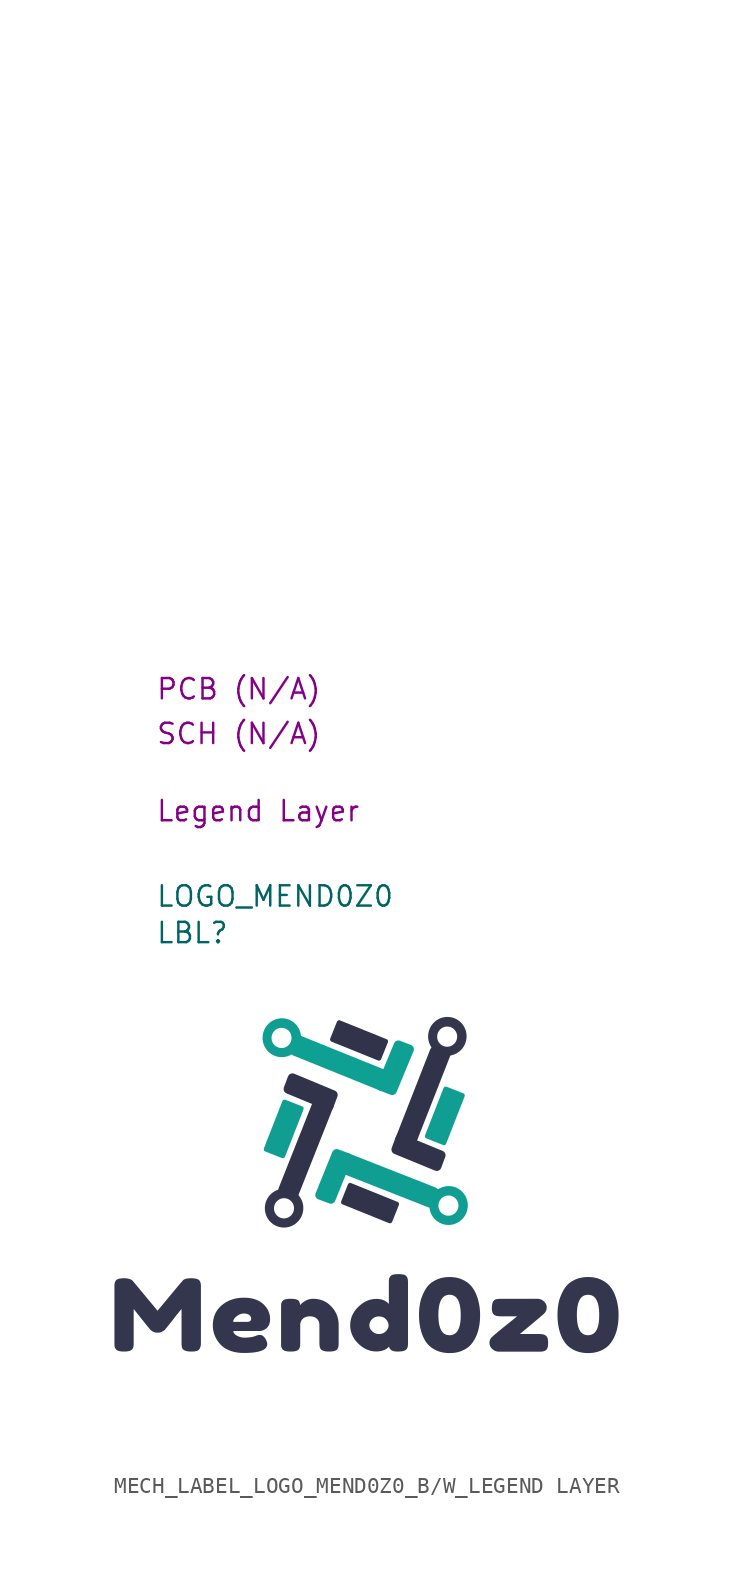
<source format=kicad_sym>
(kicad_symbol_lib
  (version 20231120)
  (generator "kicad_symbol_editor")
  (generator_version "8.0")
  (symbol "MECH_LABEL_LOGO_MEND0Z0_B/W_LEGEND LAYER"
    (property "Reference" "LBL"
      (at 2.794 3.81 0)
      (effects (font (size 1.27 1.27)) (justify left)))
    (property "Value" "LOGO_MEND0Z0"
      (at 2.794 6.096 0)
      (effects (font (size 1.27 1.27)) (justify left)))
    (property "Package" "Legend Layer"
      (at 2.794 11.43 0)
      (effects (font (size 1.27 1.27)) (justify left)))
    (property "SCH CHECK" "SCH (N/A)"
      (at 2.794 16.256 0)
      (effects (font (size 1.27 1.27)) (justify left)))
    (property "PCB CHECk" "PCB (N/A)"
      (at 2.794 19.05 0)
      (effects (font (size 1.27 1.27)) (justify left)))
    (symbol "MECH_LABEL_LOGO_MEND0Z0_B/W_LEGEND LAYER_0_1"
      (polyline private (pts (xy 2.54 2.54) (xy 27.94 2.54)) (stroke (width 0) (type default)) (fill (type none)))
      (polyline private (pts (xy 2.54 5.08) (xy 27.94 5.08)) (stroke (width 0) (type default)) (fill (type none)))
      (polyline private (pts (xy 2.54 7.62) (xy 27.94 7.62)) (stroke (width 0) (type default)) (fill (type none)))
      (polyline private (pts (xy 2.54 10.16) (xy 27.94 10.16)) (stroke (width 0) (type default)) (fill (type none)))
      (polyline private (pts (xy 2.54 12.7) (xy 27.94 12.7)) (stroke (width 0) (type default)) (fill (type none)))
      (polyline private (pts (xy 2.54 15.24) (xy 27.94 15.24)) (stroke (width 0) (type default)) (fill (type none)))
      (polyline private (pts (xy 2.54 17.78) (xy 27.94 17.78)) (stroke (width 0) (type default)) (fill (type none)))
      (polyline private (pts (xy 2.54 20.32) (xy 27.94 20.32)) (stroke (width 0) (type default)) (fill (type none)))
      (polyline private (pts (xy 2.54 22.86) (xy 27.94 22.86)) (stroke (width 0) (type default)) (fill (type none)))
      (polyline private (pts (xy 2.54 25.4) (xy 27.94 25.4)) (stroke (width 0) (type default)) (fill (type none)))
      (polyline private (pts (xy 2.54 27.94) (xy 27.94 27.94)) (stroke (width 0) (type default)) (fill (type none)))
      (polyline private (pts (xy 2.54 30.48) (xy 27.94 30.48)) (stroke (width 0) (type default)) (fill (type none)))
      (polyline private (pts (xy 2.54 33.02) (xy 27.94 33.02)) (stroke (width 0) (type default)) (fill (type none)))
      (polyline private (pts (xy 2.54 35.56) (xy 27.94 35.56)) (stroke (width 0) (type default)) (fill (type none)))
      (polyline private (pts (xy 2.54 38.1) (xy 27.94 38.1)) (stroke (width 0) (type default)) (fill (type none)))
      (polyline private (pts (xy 2.54 40.64) (xy 27.94 40.64)) (stroke (width 0) (type default)) (fill (type none)))
      (polyline private (pts (xy 2.54 43.18) (xy 27.94 43.18)) (stroke (width 0) (type default)) (fill (type none)))
      (polyline private (pts (xy 2.54 45.72) (xy 27.94 45.72)) (stroke (width 0) (type default)) (fill (type none)))
      (polyline private (pts (xy 2.54 48.26) (xy 27.94 48.26)) (stroke (width 0) (type default)) (fill (type none)))
      (polyline private (pts (xy 2.54 50.8) (xy 27.94 50.8)) (stroke (width 0) (type default)) (fill (type none))))
    (symbol "MECH_LABEL_LOGO_MEND0Z0_B/W_LEGEND LAYER_1_0"
      (polyline (pts (xy 11.91 -7.175) (xy 10.755 -10.128) (xy 9.711 -9.716) (xy 10.866 -6.763) (xy 11.91 -7.175)) (stroke (width 0.298) (type solid) (color 16 158 146 1)) (fill (type color) (color 16 158 146 1)))
      (polyline (pts (xy 13.563 -6.943) (xy 11.392 -12.416) (xy 10.854 -12.261) (xy 13.025 -6.788) (xy 13.563 -6.943)) (stroke (width 0.755) (type solid) (color 48 51 74 1)) (fill (type color) (color 48 51 74 1)))
      (polyline (pts (xy 13.891 -6.32) (xy 13.635 -7.005) (xy 11.1 -5.952) (xy 11.356 -5.267) (xy 13.891 -6.32)) (stroke (width 0.589) (type solid) (color 48 51 74 1)) (fill (type color) (color 48 51 74 1)))
      (polyline (pts (xy 14.8 -10.252) (xy 13.76 -12.825) (xy 13.081 -12.574) (xy 14.122 -10.001) (xy 14.8 -10.252)) (stroke (width 0.589) (type solid) (color 16 158 146 1)) (fill (type color) (color 16 158 146 1)))
      (polyline (pts (xy 17.136 -5.157) (xy 16.978 -5.702) (xy 11.579 -3.518) (xy 11.737 -2.974) (xy 17.136 -5.157)) (stroke (width 0.755) (type solid) (color 14 160 147 1)) (fill (type color) (color 16 158 146 1)))
      (polyline (pts (xy 17.186 -2.975) (xy 16.765 -4.028) (xy 13.857 -2.853) (xy 14.278 -1.8) (xy 17.186 -2.975)) (stroke (width 0.298) (type solid) (color 48 51 74 1)) (fill (type color) (color 48 51 73 1)))
      (polyline (pts (xy 17.873 -13.145) (xy 17.452 -14.198) (xy 14.544 -13.024) (xy 14.965 -11.97) (xy 17.873 -13.145)) (stroke (width 0.298) (type solid) (color 48 51 74 1)) (fill (type color) (color 48 51 73 1)))
      (polyline (pts (xy 18.656 -3.469) (xy 17.592 -6.032) (xy 16.916 -5.774) (xy 17.981 -3.211) (xy 18.656 -3.469)) (stroke (width 0.589) (type solid) (color 14 160 147 1)) (fill (type color) (color 16 158 146 1)))
      (polyline (pts (xy 20.159 -12.456) (xy 20.005 -13.002) (xy 14.585 -10.871) (xy 14.739 -10.325) (xy 20.159 -12.456)) (stroke (width 0.755) (type solid) (color 16 158 146 1)) (fill (type color) (color 16 158 146 1)))
      (polyline (pts (xy 20.634 -10.092) (xy 20.38 -10.778) (xy 17.84 -9.735) (xy 18.094 -9.049) (xy 20.634 -10.092)) (stroke (width 0.589) (type solid) (color 48 51 74 1)) (fill (type color) (color 48 51 74 1)))
      (polyline (pts (xy 20.853 -3.782) (xy 18.705 -9.264) (xy 18.166 -9.111) (xy 20.314 -3.629) (xy 20.853 -3.782)) (stroke (width 0.755) (type solid) (color 48 51 74 1)) (fill (type color) (color 48 51 74 1)))
      (polyline (pts (xy 21.983 -6.359) (xy 20.828 -9.312) (xy 19.785 -8.9) (xy 20.94 -5.947) (xy 21.983 -6.359)) (stroke (width 0.298) (type solid) (color 16 158 146 1)) (fill (type color) (color 16 158 146 1)))
      (polyline (pts (xy 10.736 -1.53) (xy 10.794 -1.533) (xy 10.851 -1.539) (xy 10.908 -1.548) (xy 10.964 -1.56) (xy 11.021 -1.574) (xy 11.076 -1.591) (xy 11.13 -1.611) (xy 11.184 -1.633) (xy 11.237 -1.658) (xy 11.289 -1.686) (xy 11.339 -1.717) (xy 11.388 -1.75) (xy 11.436 -1.786) (xy 11.482 -1.825) (xy 11.527 -1.866) (xy 11.57 -1.91) (xy 11.611 -1.956) (xy 11.648 -2.003) (xy 11.683 -2.051) (xy 11.715 -2.102) (xy 11.745 -2.153) (xy 11.772 -2.205) (xy 11.796 -2.259) (xy 11.818 -2.314) (xy 11.837 -2.37) (xy 11.854 -2.427) (xy 11.867 -2.484) (xy 11.878 -2.543) (xy 11.886 -2.602) (xy 11.891 -2.661) (xy 11.894 -2.721) (xy 11.893 -2.78) (xy 11.889 -2.841) (xy 11.883 -2.901) (xy 11.873 -2.96) (xy 11.861 -3.018) (xy 11.846 -3.076) (xy 11.828 -3.133) (xy 11.808 -3.189) (xy 11.785 -3.243) (xy 11.759 -3.297) (xy 11.731 -3.349) (xy 11.7 -3.399) (xy 11.667 -3.449) (xy 11.632 -3.496) (xy 11.594 -3.542) (xy 11.553 -3.586) (xy 11.511 -3.628) (xy 11.466 -3.668) (xy 11.42 -3.706) (xy 11.372 -3.742) (xy 11.322 -3.775) (xy 11.271 -3.805) (xy 11.219 -3.833) (xy 11.166 -3.857) (xy 11.111 -3.88) (xy 11.056 -3.899) (xy 10.999 -3.916) (xy 10.942 -3.93) (xy 10.885 -3.942) (xy 10.826 -3.95) (xy 10.768 -3.955) (xy 10.708 -3.958) (xy 10.649 -3.958) (xy 10.589 -3.954) (xy 10.53 -3.948) (xy 10.472 -3.939) (xy 10.414 -3.927) (xy 10.357 -3.912) (xy 10.301 -3.894) (xy 10.245 -3.874) (xy 10.192 -3.851) (xy 10.139 -3.825) (xy 10.087 -3.797) (xy 10.037 -3.766) (xy 9.989 -3.733) (xy 9.942 -3.697) (xy 9.897 -3.659) (xy 9.853 -3.619) (xy 9.812 -3.576) (xy 9.772 -3.531) (xy 9.734 -3.483) (xy 9.698 -3.433) (xy 9.665 -3.382) (xy 9.635 -3.329) (xy 9.608 -3.276) (xy 9.583 -3.221) (xy 9.562 -3.166) (xy 9.543 -3.11) (xy 9.527 -3.053) (xy 9.514 -2.996) (xy 9.504 -2.938) (xy 9.496 -2.88) (xy 9.491 -2.822) (xy 9.49 -2.769) (xy 10.052 -2.769) (xy 10.053 -2.8) (xy 10.055 -2.831) (xy 10.059 -2.862) (xy 10.065 -2.892) (xy 10.072 -2.922) (xy 10.081 -2.951) (xy 10.091 -2.981) (xy 10.102 -3.009) (xy 10.115 -3.037) (xy 10.129 -3.064) (xy 10.144 -3.091) (xy 10.161 -3.117) (xy 10.179 -3.142) (xy 10.198 -3.166) (xy 10.219 -3.19) (xy 10.241 -3.212) (xy 10.263 -3.233) (xy 10.287 -3.253) (xy 10.311 -3.271) (xy 10.336 -3.288) (xy 10.362 -3.304) (xy 10.389 -3.319) (xy 10.416 -3.332) (xy 10.444 -3.344) (xy 10.473 -3.355) (xy 10.502 -3.364) (xy 10.532 -3.372) (xy 10.562 -3.378) (xy 10.592 -3.383) (xy 10.623 -3.386) (xy 10.654 -3.388) (xy 10.685 -3.388) (xy 10.715 -3.387) (xy 10.746 -3.384) (xy 10.776 -3.38) (xy 10.806 -3.374) (xy 10.836 -3.366) (xy 10.865 -3.358) (xy 10.894 -3.347) (xy 10.922 -3.336) (xy 10.95 -3.323) (xy 10.977 -3.308) (xy 11.004 -3.293) (xy 11.029 -3.276) (xy 11.054 -3.257) (xy 11.079 -3.237) (xy 11.102 -3.217) (xy 11.124 -3.195) (xy 11.145 -3.172) (xy 11.164 -3.148) (xy 11.183 -3.123) (xy 11.2 -3.098) (xy 11.216 -3.071) (xy 11.231 -3.044) (xy 11.244 -3.017) (xy 11.256 -2.988) (xy 11.267 -2.959) (xy 11.276 -2.93) (xy 11.284 -2.9) (xy 11.29 -2.869) (xy 11.295 -2.839) (xy 11.298 -2.808) (xy 11.3 -2.776) (xy 11.3 -2.745) (xy 11.299 -2.714) (xy 11.297 -2.683) (xy 11.292 -2.653) (xy 11.287 -2.622) (xy 11.28 -2.592) (xy 11.271 -2.563) (xy 11.261 -2.534) (xy 11.25 -2.505) (xy 11.237 -2.478) (xy 11.223 -2.45) (xy 11.208 -2.424) (xy 11.191 -2.398) (xy 11.173 -2.372) (xy 11.153 -2.348) (xy 11.132 -2.324) (xy 11.11 -2.301) (xy 11.087 -2.28) (xy 11.063 -2.26) (xy 11.038 -2.241) (xy 11.012 -2.224) (xy 10.986 -2.208) (xy 10.959 -2.193) (xy 10.932 -2.18) (xy 10.904 -2.169) (xy 10.876 -2.158) (xy 10.847 -2.15) (xy 10.818 -2.142) (xy 10.788 -2.136) (xy 10.759 -2.131) (xy 10.729 -2.128) (xy 10.699 -2.127) (xy 10.669 -2.126) (xy 10.639 -2.128) (xy 10.609 -2.13) (xy 10.579 -2.134) (xy 10.55 -2.14) (xy 10.52 -2.147) (xy 10.491 -2.155) (xy 10.462 -2.166) (xy 10.434 -2.177) (xy 10.405 -2.19) (xy 10.378 -2.204) (xy 10.351 -2.22) (xy 10.324 -2.238) (xy 10.299 -2.257) (xy 10.274 -2.277) (xy 10.25 -2.298) (xy 10.228 -2.32) (xy 10.207 -2.343) (xy 10.188 -2.366) (xy 10.169 -2.391) (xy 10.152 -2.417) (xy 10.136 -2.443) (xy 10.121 -2.47) (xy 10.108 -2.498) (xy 10.096 -2.526) (xy 10.085 -2.555) (xy 10.076 -2.585) (xy 10.068 -2.615) (xy 10.062 -2.645) (xy 10.057 -2.676) (xy 10.054 -2.707) (xy 10.052 -2.738) (xy 10.052 -2.769) (xy 9.49 -2.769) (xy 9.489 -2.764) (xy 9.49 -2.705) (xy 9.494 -2.647) (xy 9.5 -2.589) (xy 9.509 -2.531) (xy 9.521 -2.474) (xy 9.535 -2.418) (xy 9.552 -2.362) (xy 9.572 -2.306) (xy 9.595 -2.252) (xy 9.62 -2.199) (xy 9.648 -2.146) (xy 9.678 -2.095) (xy 9.711 -2.045) (xy 9.747 -1.997) (xy 9.786 -1.95) (xy 9.827 -1.905) (xy 9.87 -1.861) (xy 9.917 -1.819) (xy 9.965 -1.78) (xy 10.015 -1.744) (xy 10.066 -1.71) (xy 10.118 -1.679) (xy 10.171 -1.652) (xy 10.225 -1.627) (xy 10.28 -1.605) (xy 10.335 -1.586) (xy 10.392 -1.569) (xy 10.448 -1.556) (xy 10.505 -1.545) (xy 10.563 -1.537) (xy 10.621 -1.532) (xy 10.678 -1.53) (xy 10.736 -1.53)) (stroke (width -0.0001) (type solid)) (fill (type color) (color 16 158 146 1)))
      (polyline (pts (xy 10.879 -12.184) (xy 10.937 -12.187) (xy 10.994 -12.193) (xy 11.051 -12.202) (xy 11.108 -12.213) (xy 11.164 -12.227) (xy 11.219 -12.245) (xy 11.274 -12.264) (xy 11.327 -12.287) (xy 11.38 -12.312) (xy 11.432 -12.34) (xy 11.482 -12.37) (xy 11.531 -12.404) (xy 11.579 -12.44) (xy 11.625 -12.478) (xy 11.67 -12.519) (xy 11.713 -12.563) (xy 11.754 -12.61) (xy 11.793 -12.658) (xy 11.828 -12.708) (xy 11.861 -12.76) (xy 11.891 -12.812) (xy 11.919 -12.866) (xy 11.943 -12.92) (xy 11.965 -12.975) (xy 11.983 -13.031) (xy 11.999 -13.088) (xy 12.012 -13.146) (xy 12.023 -13.203) (xy 12.03 -13.261) (xy 12.035 -13.319) (xy 12.037 -13.378) (xy 12.036 -13.436) (xy 12.033 -13.494) (xy 12.026 -13.552) (xy 12.017 -13.61) (xy 12.006 -13.667) (xy 11.991 -13.723) (xy 11.974 -13.78) (xy 11.954 -13.835) (xy 11.932 -13.889) (xy 11.906 -13.943) (xy 11.879 -13.995) (xy 11.848 -14.046) (xy 11.815 -14.096) (xy 11.779 -14.144) (xy 11.741 -14.191) (xy 11.7 -14.236) (xy 11.656 -14.28) (xy 11.61 -14.322) (xy 11.561 -14.361) (xy 11.512 -14.398) (xy 11.461 -14.431) (xy 11.409 -14.462) (xy 11.355 -14.489) (xy 11.302 -14.514) (xy 11.247 -14.536) (xy 11.191 -14.556) (xy 11.135 -14.572) (xy 11.078 -14.585) (xy 11.021 -14.596) (xy 10.963 -14.604) (xy 10.906 -14.609) (xy 10.848 -14.612) (xy 10.79 -14.611) (xy 10.733 -14.608) (xy 10.675 -14.602) (xy 10.618 -14.593) (xy 10.562 -14.582) (xy 10.506 -14.567) (xy 10.45 -14.55) (xy 10.396 -14.53) (xy 10.342 -14.508) (xy 10.29 -14.483) (xy 10.238 -14.455) (xy 10.187 -14.424) (xy 10.138 -14.391) (xy 10.091 -14.355) (xy 10.044 -14.317) (xy 10 -14.275) (xy 9.957 -14.231) (xy 9.916 -14.185) (xy 9.877 -14.136) (xy 9.841 -14.086) (xy 9.808 -14.035) (xy 9.778 -13.983) (xy 9.751 -13.929) (xy 9.727 -13.875) (xy 9.705 -13.819) (xy 9.686 -13.763) (xy 9.67 -13.706) (xy 9.657 -13.649) (xy 9.647 -13.591) (xy 9.639 -13.534) (xy 9.635 -13.475) (xy 9.633 -13.421) (xy 10.205 -13.421) (xy 10.206 -13.452) (xy 10.209 -13.482) (xy 10.213 -13.513) (xy 10.219 -13.543) (xy 10.226 -13.573) (xy 10.234 -13.603) (xy 10.244 -13.632) (xy 10.256 -13.66) (xy 10.268 -13.688) (xy 10.283 -13.716) (xy 10.298 -13.742) (xy 10.315 -13.768) (xy 10.333 -13.793) (xy 10.352 -13.818) (xy 10.373 -13.842) (xy 10.396 -13.865) (xy 10.419 -13.886) (xy 10.443 -13.906) (xy 10.468 -13.925) (xy 10.493 -13.942) (xy 10.52 -13.958) (xy 10.546 -13.972) (xy 10.574 -13.986) (xy 10.602 -13.997) (xy 10.63 -14.007) (xy 10.659 -14.016) (xy 10.688 -14.024) (xy 10.717 -14.03) (xy 10.747 -14.034) (xy 10.777 -14.037) (xy 10.806 -14.039) (xy 10.836 -14.039) (xy 10.867 -14.038) (xy 10.896 -14.036) (xy 10.926 -14.031) (xy 10.956 -14.026) (xy 10.985 -14.019) (xy 11.015 -14.01) (xy 11.043 -14) (xy 11.072 -13.989) (xy 11.1 -13.976) (xy 11.128 -13.961) (xy 11.155 -13.945) (xy 11.181 -13.928) (xy 11.207 -13.909) (xy 11.232 -13.889) (xy 11.256 -13.867) (xy 11.279 -13.845) (xy 11.3 -13.821) (xy 11.32 -13.797) (xy 11.339 -13.771) (xy 11.356 -13.745) (xy 11.372 -13.719) (xy 11.386 -13.692) (xy 11.399 -13.664) (xy 11.411 -13.636) (xy 11.421 -13.607) (xy 11.43 -13.578) (xy 11.438 -13.549) (xy 11.444 -13.519) (xy 11.449 -13.489) (xy 11.452 -13.459) (xy 11.454 -13.429) (xy 11.454 -13.398) (xy 11.453 -13.368) (xy 11.451 -13.338) (xy 11.447 -13.308) (xy 11.441 -13.278) (xy 11.434 -13.248) (xy 11.426 -13.219) (xy 11.416 -13.189) (xy 11.405 -13.161) (xy 11.393 -13.132) (xy 11.379 -13.105) (xy 11.363 -13.077) (xy 11.346 -13.051) (xy 11.327 -13.025) (xy 11.307 -12.999) (xy 11.287 -12.976) (xy 11.265 -12.954) (xy 11.242 -12.933) (xy 11.219 -12.913) (xy 11.195 -12.895) (xy 11.169 -12.877) (xy 11.143 -12.861) (xy 11.117 -12.847) (xy 11.089 -12.834) (xy 11.061 -12.822) (xy 11.033 -12.811) (xy 11.004 -12.802) (xy 10.974 -12.794) (xy 10.944 -12.788) (xy 10.913 -12.783) (xy 10.883 -12.78) (xy 10.852 -12.778) (xy 10.821 -12.778) (xy 10.79 -12.779) (xy 10.76 -12.782) (xy 10.729 -12.786) (xy 10.699 -12.792) (xy 10.67 -12.8) (xy 10.64 -12.808) (xy 10.612 -12.819) (xy 10.583 -12.83) (xy 10.556 -12.843) (xy 10.528 -12.857) (xy 10.502 -12.873) (xy 10.476 -12.89) (xy 10.451 -12.909) (xy 10.427 -12.928) (xy 10.404 -12.949) (xy 10.382 -12.971) (xy 10.361 -12.994) (xy 10.341 -13.018) (xy 10.323 -13.043) (xy 10.306 -13.068) (xy 10.29 -13.094) (xy 10.275 -13.121) (xy 10.262 -13.149) (xy 10.25 -13.178) (xy 10.239 -13.207) (xy 10.23 -13.236) (xy 10.222 -13.266) (xy 10.216 -13.296) (xy 10.211 -13.327) (xy 10.207 -13.358) (xy 10.205 -13.389) (xy 10.205 -13.421) (xy 9.633 -13.421) (xy 9.633 -13.417) (xy 9.633 -13.359) (xy 9.637 -13.301) (xy 9.643 -13.243) (xy 9.652 -13.185) (xy 9.664 -13.128) (xy 9.678 -13.071) (xy 9.696 -13.015) (xy 9.715 -12.96) (xy 9.738 -12.905) (xy 9.763 -12.852) (xy 9.791 -12.8) (xy 9.822 -12.749) (xy 9.855 -12.699) (xy 9.89 -12.65) (xy 9.929 -12.604) (xy 9.97 -12.558) (xy 10.014 -12.515) (xy 10.06 -12.473) (xy 10.108 -12.434) (xy 10.158 -12.397) (xy 10.209 -12.364) (xy 10.261 -12.333) (xy 10.314 -12.305) (xy 10.368 -12.28) (xy 10.423 -12.258) (xy 10.479 -12.239) (xy 10.535 -12.223) (xy 10.592 -12.209) (xy 10.649 -12.198) (xy 10.706 -12.191) (xy 10.764 -12.185) (xy 10.822 -12.183) (xy 10.879 -12.184)) (stroke (width -0.0001) (type solid)) (fill (type color) (color 51 54 77 1)))
      (polyline (pts (xy 21.085 -1.445) (xy 21.143 -1.449) (xy 21.2 -1.455) (xy 21.257 -1.463) (xy 21.314 -1.475) (xy 21.37 -1.489) (xy 21.425 -1.506) (xy 21.48 -1.526) (xy 21.533 -1.548) (xy 21.586 -1.574) (xy 21.638 -1.601) (xy 21.688 -1.632) (xy 21.737 -1.665) (xy 21.785 -1.701) (xy 21.831 -1.74) (xy 21.876 -1.781) (xy 21.919 -1.825) (xy 21.96 -1.871) (xy 21.999 -1.92) (xy 22.034 -1.97) (xy 22.067 -2.021) (xy 22.097 -2.074) (xy 22.125 -2.127) (xy 22.149 -2.182) (xy 22.171 -2.237) (xy 22.189 -2.293) (xy 22.205 -2.35) (xy 22.218 -2.407) (xy 22.229 -2.465) (xy 22.236 -2.523) (xy 22.241 -2.581) (xy 22.243 -2.639) (xy 22.242 -2.698) (xy 22.239 -2.756) (xy 22.232 -2.814) (xy 22.223 -2.872) (xy 22.212 -2.929) (xy 22.197 -2.985) (xy 22.18 -3.041) (xy 22.16 -3.096) (xy 22.138 -3.151) (xy 22.113 -3.204) (xy 22.085 -3.257) (xy 22.054 -3.308) (xy 22.021 -3.358) (xy 21.985 -3.406) (xy 21.947 -3.453) (xy 21.906 -3.498) (xy 21.862 -3.542) (xy 21.816 -3.583) (xy 21.767 -3.623) (xy 21.718 -3.659) (xy 21.667 -3.693) (xy 21.615 -3.723) (xy 21.561 -3.751) (xy 21.507 -3.776) (xy 21.453 -3.798) (xy 21.397 -3.817) (xy 21.341 -3.834) (xy 21.284 -3.847) (xy 21.227 -3.858) (xy 21.169 -3.866) (xy 21.112 -3.871) (xy 21.054 -3.873) (xy 20.996 -3.873) (xy 20.939 -3.87) (xy 20.881 -3.864) (xy 20.824 -3.855) (xy 20.768 -3.843) (xy 20.712 -3.829) (xy 20.657 -3.812) (xy 20.602 -3.792) (xy 20.548 -3.77) (xy 20.495 -3.745) (xy 20.444 -3.717) (xy 20.393 -3.686) (xy 20.344 -3.653) (xy 20.297 -3.617) (xy 20.25 -3.578) (xy 20.206 -3.537) (xy 20.163 -3.493) (xy 20.122 -3.447) (xy 20.083 -3.398) (xy 20.047 -3.348) (xy 20.014 -3.297) (xy 19.984 -3.244) (xy 19.957 -3.191) (xy 19.933 -3.136) (xy 19.911 -3.081) (xy 19.892 -3.025) (xy 19.876 -2.968) (xy 19.863 -2.911) (xy 19.853 -2.853) (xy 19.845 -2.795) (xy 19.841 -2.737) (xy 19.839 -2.687) (xy 20.405 -2.687) (xy 20.406 -2.717) (xy 20.408 -2.747) (xy 20.412 -2.777) (xy 20.417 -2.807) (xy 20.424 -2.837) (xy 20.433 -2.867) (xy 20.442 -2.896) (xy 20.453 -2.925) (xy 20.466 -2.953) (xy 20.48 -2.981) (xy 20.496 -3.008) (xy 20.513 -3.034) (xy 20.532 -3.06) (xy 20.552 -3.086) (xy 20.572 -3.109) (xy 20.594 -3.131) (xy 20.616 -3.152) (xy 20.64 -3.172) (xy 20.664 -3.19) (xy 20.689 -3.208) (xy 20.715 -3.224) (xy 20.742 -3.238) (xy 20.769 -3.252) (xy 20.797 -3.264) (xy 20.826 -3.274) (xy 20.855 -3.283) (xy 20.885 -3.291) (xy 20.915 -3.297) (xy 20.945 -3.302) (xy 20.976 -3.305) (xy 21.007 -3.307) (xy 21.038 -3.307) (xy 21.069 -3.306) (xy 21.099 -3.303) (xy 21.129 -3.299) (xy 21.159 -3.293) (xy 21.189 -3.286) (xy 21.218 -3.277) (xy 21.247 -3.267) (xy 21.275 -3.255) (xy 21.303 -3.242) (xy 21.33 -3.228) (xy 21.357 -3.212) (xy 21.383 -3.195) (xy 21.407 -3.177) (xy 21.432 -3.157) (xy 21.455 -3.136) (xy 21.477 -3.114) (xy 21.498 -3.091) (xy 21.517 -3.067) (xy 21.536 -3.043) (xy 21.553 -3.017) (xy 21.569 -2.991) (xy 21.584 -2.964) (xy 21.597 -2.936) (xy 21.609 -2.908) (xy 21.62 -2.879) (xy 21.629 -2.849) (xy 21.637 -2.819) (xy 21.643 -2.789) (xy 21.648 -2.758) (xy 21.652 -2.727) (xy 21.653 -2.696) (xy 21.654 -2.664) (xy 21.653 -2.633) (xy 21.65 -2.603) (xy 21.646 -2.572) (xy 21.64 -2.542) (xy 21.633 -2.512) (xy 21.625 -2.482) (xy 21.614 -2.453) (xy 21.603 -2.425) (xy 21.59 -2.397) (xy 21.576 -2.369) (xy 21.561 -2.343) (xy 21.544 -2.317) (xy 21.526 -2.292) (xy 21.507 -2.267) (xy 21.486 -2.244) (xy 21.465 -2.222) (xy 21.442 -2.201) (xy 21.419 -2.181) (xy 21.394 -2.163) (xy 21.369 -2.145) (xy 21.343 -2.129) (xy 21.316 -2.115) (xy 21.289 -2.101) (xy 21.261 -2.089) (xy 21.232 -2.079) (xy 21.203 -2.07) (xy 21.174 -2.062) (xy 21.143 -2.056) (xy 21.113 -2.051) (xy 21.082 -2.048) (xy 21.051 -2.046) (xy 21.02 -2.046) (xy 20.99 -2.047) (xy 20.959 -2.05) (xy 20.929 -2.054) (xy 20.899 -2.06) (xy 20.869 -2.067) (xy 20.84 -2.076) (xy 20.811 -2.087) (xy 20.783 -2.098) (xy 20.755 -2.111) (xy 20.728 -2.126) (xy 20.702 -2.141) (xy 20.676 -2.158) (xy 20.651 -2.177) (xy 20.627 -2.196) (xy 20.603 -2.218) (xy 20.58 -2.241) (xy 20.559 -2.264) (xy 20.539 -2.289) (xy 20.52 -2.314) (xy 20.503 -2.34) (xy 20.487 -2.366) (xy 20.472 -2.393) (xy 20.459 -2.421) (xy 20.448 -2.449) (xy 20.437 -2.478) (xy 20.428 -2.507) (xy 20.421 -2.537) (xy 20.415 -2.566) (xy 20.41 -2.596) (xy 20.407 -2.626) (xy 20.405 -2.656) (xy 20.405 -2.687) (xy 19.839 -2.687) (xy 19.839 -2.679) (xy 19.84 -2.62) (xy 19.843 -2.562) (xy 19.849 -2.504) (xy 19.858 -2.447) (xy 19.87 -2.389) (xy 19.884 -2.333) (xy 19.901 -2.277) (xy 19.921 -2.222) (xy 19.944 -2.167) (xy 19.969 -2.114) (xy 19.997 -2.062) (xy 20.027 -2.01) (xy 20.061 -1.961) (xy 20.096 -1.912) (xy 20.135 -1.865) (xy 20.176 -1.82) (xy 20.22 -1.776) (xy 20.266 -1.735) (xy 20.314 -1.695) (xy 20.364 -1.659) (xy 20.415 -1.625) (xy 20.467 -1.595) (xy 20.52 -1.567) (xy 20.574 -1.542) (xy 20.629 -1.52) (xy 20.685 -1.501) (xy 20.741 -1.484) (xy 20.798 -1.471) (xy 20.855 -1.46) (xy 20.912 -1.452) (xy 20.97 -1.447) (xy 21.028 -1.445) (xy 21.085 -1.445)) (stroke (width -0.0001) (type solid)) (fill (type color) (color 51 54 77 1)))
      (polyline (pts (xy 21.161 -12.02) (xy 21.22 -12.024) (xy 21.28 -12.03) (xy 21.338 -12.039) (xy 21.396 -12.051) (xy 21.453 -12.066) (xy 21.509 -12.084) (xy 21.564 -12.104) (xy 21.618 -12.127) (xy 21.671 -12.153) (xy 21.722 -12.181) (xy 21.772 -12.212) (xy 21.821 -12.245) (xy 21.868 -12.281) (xy 21.913 -12.319) (xy 21.956 -12.359) (xy 21.998 -12.402) (xy 22.038 -12.447) (xy 22.075 -12.493) (xy 22.11 -12.542) (xy 22.142 -12.592) (xy 22.172 -12.643) (xy 22.199 -12.696) (xy 22.223 -12.749) (xy 22.245 -12.804) (xy 22.264 -12.86) (xy 22.28 -12.917) (xy 22.294 -12.975) (xy 22.305 -13.033) (xy 22.313 -13.092) (xy 22.318 -13.151) (xy 22.32 -13.211) (xy 22.32 -13.271) (xy 22.316 -13.331) (xy 22.31 -13.391) (xy 22.3 -13.45) (xy 22.288 -13.509) (xy 22.273 -13.566) (xy 22.255 -13.623) (xy 22.235 -13.679) (xy 22.212 -13.733) (xy 22.186 -13.787) (xy 22.158 -13.839) (xy 22.127 -13.89) (xy 22.094 -13.939) (xy 22.058 -13.986) (xy 22.02 -14.032) (xy 21.98 -14.076) (xy 21.938 -14.118) (xy 21.893 -14.159) (xy 21.845 -14.198) (xy 21.795 -14.234) (xy 21.744 -14.268) (xy 21.692 -14.299) (xy 21.639 -14.326) (xy 21.585 -14.351) (xy 21.53 -14.373) (xy 21.474 -14.393) (xy 21.418 -14.409) (xy 21.361 -14.422) (xy 21.304 -14.433) (xy 21.247 -14.441) (xy 21.189 -14.446) (xy 21.131 -14.448) (xy 21.074 -14.448) (xy 21.016 -14.445) (xy 20.959 -14.439) (xy 20.902 -14.43) (xy 20.845 -14.418) (xy 20.789 -14.404) (xy 20.734 -14.387) (xy 20.679 -14.367) (xy 20.626 -14.345) (xy 20.573 -14.32) (xy 20.521 -14.292) (xy 20.471 -14.261) (xy 20.422 -14.228) (xy 20.374 -14.192) (xy 20.328 -14.153) (xy 20.283 -14.112) (xy 20.24 -14.068) (xy 20.199 -14.022) (xy 20.16 -13.973) (xy 20.125 -13.923) (xy 20.092 -13.872) (xy 20.062 -13.819) (xy 20.034 -13.766) (xy 20.01 -13.711) (xy 19.988 -13.656) (xy 19.97 -13.6) (xy 19.954 -13.543) (xy 19.941 -13.486) (xy 19.93 -13.428) (xy 19.923 -13.37) (xy 19.918 -13.312) (xy 19.916 -13.254) (xy 19.916 -13.249) (xy 20.484 -13.249) (xy 20.485 -13.279) (xy 20.488 -13.31) (xy 20.492 -13.34) (xy 20.497 -13.37) (xy 20.504 -13.399) (xy 20.512 -13.429) (xy 20.522 -13.458) (xy 20.533 -13.487) (xy 20.546 -13.515) (xy 20.56 -13.543) (xy 20.576 -13.57) (xy 20.593 -13.597) (xy 20.611 -13.623) (xy 20.631 -13.648) (xy 20.653 -13.672) (xy 20.675 -13.695) (xy 20.698 -13.716) (xy 20.722 -13.736) (xy 20.747 -13.755) (xy 20.773 -13.772) (xy 20.799 -13.788) (xy 20.826 -13.803) (xy 20.853 -13.816) (xy 20.881 -13.828) (xy 20.909 -13.838) (xy 20.938 -13.847) (xy 20.967 -13.854) (xy 20.996 -13.86) (xy 21.026 -13.865) (xy 21.056 -13.868) (xy 21.086 -13.869) (xy 21.116 -13.87) (xy 21.146 -13.868) (xy 21.176 -13.866) (xy 21.205 -13.862) (xy 21.235 -13.856) (xy 21.265 -13.849) (xy 21.294 -13.841) (xy 21.323 -13.831) (xy 21.351 -13.819) (xy 21.379 -13.806) (xy 21.407 -13.792) (xy 21.434 -13.776) (xy 21.46 -13.758) (xy 21.486 -13.739) (xy 21.511 -13.719) (xy 21.535 -13.697) (xy 21.558 -13.675) (xy 21.579 -13.651) (xy 21.599 -13.627) (xy 21.618 -13.602) (xy 21.635 -13.576) (xy 21.651 -13.549) (xy 21.666 -13.522) (xy 21.679 -13.494) (xy 21.69 -13.466) (xy 21.701 -13.437) (xy 21.709 -13.408) (xy 21.717 -13.379) (xy 21.723 -13.349) (xy 21.728 -13.319) (xy 21.731 -13.289) (xy 21.733 -13.259) (xy 21.733 -13.229) (xy 21.732 -13.198) (xy 21.73 -13.168) (xy 21.726 -13.138) (xy 21.72 -13.108) (xy 21.714 -13.078) (xy 21.705 -13.049) (xy 21.696 -13.02) (xy 21.684 -12.991) (xy 21.672 -12.963) (xy 21.658 -12.935) (xy 21.642 -12.908) (xy 21.625 -12.881) (xy 21.606 -12.855) (xy 21.586 -12.83) (xy 21.565 -12.806) (xy 21.543 -12.783) (xy 21.519 -12.761) (xy 21.495 -12.741) (xy 21.471 -12.723) (xy 21.445 -12.705) (xy 21.419 -12.69) (xy 21.392 -12.675) (xy 21.365 -12.662) (xy 21.337 -12.65) (xy 21.308 -12.64) (xy 21.28 -12.631) (xy 21.251 -12.624) (xy 21.221 -12.618) (xy 21.192 -12.613) (xy 21.162 -12.61) (xy 21.132 -12.608) (xy 21.102 -12.608) (xy 21.072 -12.609) (xy 21.042 -12.612) (xy 21.012 -12.616) (xy 20.983 -12.622) (xy 20.953 -12.629) (xy 20.924 -12.637) (xy 20.895 -12.647) (xy 20.866 -12.659) (xy 20.838 -12.672) (xy 20.811 -12.686) (xy 20.784 -12.702) (xy 20.757 -12.719) (xy 20.731 -12.738) (xy 20.706 -12.759) (xy 20.682 -12.78) (xy 20.66 -12.803) (xy 20.638 -12.827) (xy 20.618 -12.851) (xy 20.6 -12.876) (xy 20.582 -12.902) (xy 20.567 -12.928) (xy 20.552 -12.956) (xy 20.539 -12.983) (xy 20.527 -13.012) (xy 20.517 -13.04) (xy 20.508 -13.069) (xy 20.501 -13.099) (xy 20.494 -13.129) (xy 20.49 -13.159) (xy 20.487 -13.189) (xy 20.485 -13.219) (xy 20.484 -13.249) (xy 19.916 -13.249) (xy 19.917 -13.196) (xy 19.92 -13.137) (xy 19.927 -13.079) (xy 19.936 -13.022) (xy 19.947 -12.965) (xy 19.962 -12.908) (xy 19.979 -12.852) (xy 19.999 -12.797) (xy 20.021 -12.742) (xy 20.047 -12.689) (xy 20.074 -12.637) (xy 20.105 -12.586) (xy 20.138 -12.536) (xy 20.174 -12.487) (xy 20.212 -12.44) (xy 20.253 -12.395) (xy 20.297 -12.352) (xy 20.343 -12.31) (xy 20.39 -12.272) (xy 20.438 -12.236) (xy 20.488 -12.204) (xy 20.539 -12.173) (xy 20.591 -12.146) (xy 20.644 -12.121) (xy 20.699 -12.098) (xy 20.754 -12.079) (xy 20.81 -12.062) (xy 20.867 -12.048) (xy 20.925 -12.037) (xy 20.983 -12.028) (xy 21.042 -12.023) (xy 21.101 -12.02) (xy 21.161 -12.02)) (stroke (width -0.0001) (type solid)) (fill (type color) (color 16 158 146 1)))
      (polyline (pts (xy 26.687 -19.066) (xy 26.716 -19.067) (xy 26.745 -19.07) (xy 26.773 -19.075) (xy 26.801 -19.08) (xy 26.828 -19.087) (xy 26.855 -19.095) (xy 26.881 -19.104) (xy 26.907 -19.114) (xy 26.933 -19.126) (xy 26.957 -19.139) (xy 26.982 -19.153) (xy 27.006 -19.168) (xy 27.029 -19.185) (xy 27.052 -19.203) (xy 27.075 -19.222) (xy 27.096 -19.242) (xy 27.116 -19.262) (xy 27.135 -19.283) (xy 27.153 -19.305) (xy 27.169 -19.328) (xy 27.183 -19.351) (xy 27.196 -19.375) (xy 27.208 -19.399) (xy 27.219 -19.424) (xy 27.228 -19.45) (xy 27.235 -19.476) (xy 27.241 -19.503) (xy 27.246 -19.53) (xy 27.25 -19.558) (xy 27.252 -19.587) (xy 27.253 -19.617) (xy 27.252 -19.646) (xy 27.25 -19.674) (xy 27.245 -19.702) (xy 27.24 -19.73) (xy 27.233 -19.757) (xy 27.224 -19.784) (xy 27.213 -19.81) (xy 27.201 -19.836) (xy 27.188 -19.862) (xy 27.172 -19.887) (xy 27.156 -19.912) (xy 27.137 -19.937) (xy 27.117 -19.961) (xy 27.096 -19.984) (xy 27.072 -20.008) (xy 27.047 -20.031) (xy 26.878 -20.176) (xy 26.577 -20.43) (xy 26.143 -20.794) (xy 25.576 -21.266) (xy 26.746 -21.266) (xy 26.812 -21.267) (xy 26.873 -21.27) (xy 26.929 -21.275) (xy 26.956 -21.278) (xy 26.981 -21.282) (xy 27.004 -21.286) (xy 27.027 -21.291) (xy 27.048 -21.296) (xy 27.068 -21.301) (xy 27.087 -21.307) (xy 27.105 -21.314) (xy 27.121 -21.321) (xy 27.136 -21.329) (xy 27.151 -21.337) (xy 27.166 -21.345) (xy 27.18 -21.354) (xy 27.193 -21.364) (xy 27.205 -21.373) (xy 27.217 -21.384) (xy 27.228 -21.394) (xy 27.239 -21.406) (xy 27.249 -21.417) (xy 27.258 -21.429) (xy 27.267 -21.442) (xy 27.275 -21.455) (xy 27.282 -21.468) (xy 27.289 -21.482) (xy 27.295 -21.496) (xy 27.301 -21.511) (xy 27.305 -21.526) (xy 27.31 -21.542) (xy 27.314 -21.558) (xy 27.319 -21.575) (xy 27.322 -21.592) (xy 27.326 -21.611) (xy 27.329 -21.629) (xy 27.331 -21.649) (xy 27.334 -21.669) (xy 27.336 -21.689) (xy 27.339 -21.732) (xy 27.341 -21.777) (xy 27.342 -21.824) (xy 27.341 -21.872) (xy 27.339 -21.917) (xy 27.336 -21.959) (xy 27.331 -22) (xy 27.326 -22.038) (xy 27.319 -22.073) (xy 27.31 -22.107) (xy 27.305 -22.122) (xy 27.301 -22.138) (xy 27.295 -22.152) (xy 27.289 -22.166) (xy 27.283 -22.18) (xy 27.276 -22.193) (xy 27.269 -22.206) (xy 27.261 -22.217) (xy 27.253 -22.229) (xy 27.244 -22.24) (xy 27.235 -22.25) (xy 27.225 -22.26) (xy 27.215 -22.269) (xy 27.204 -22.278) (xy 27.193 -22.286) (xy 27.181 -22.293) (xy 27.169 -22.3) (xy 27.157 -22.307) (xy 27.131 -22.317) (xy 27.107 -22.327) (xy 27.083 -22.336) (xy 27.059 -22.343) (xy 27.037 -22.35) (xy 27.014 -22.355) (xy 26.993 -22.36) (xy 26.972 -22.363) (xy 26.952 -22.365) (xy 26.929 -22.366) (xy 26.904 -22.367) (xy 26.876 -22.368) (xy 26.813 -22.369) (xy 26.739 -22.37) (xy 24.269 -22.37) (xy 24.239 -22.369) (xy 24.21 -22.367) (xy 24.181 -22.364) (xy 24.153 -22.36) (xy 24.125 -22.354) (xy 24.098 -22.347) (xy 24.071 -22.338) (xy 24.044 -22.329) (xy 24.019 -22.318) (xy 23.993 -22.306) (xy 23.968 -22.293) (xy 23.944 -22.278) (xy 23.92 -22.262) (xy 23.896 -22.245) (xy 23.874 -22.226) (xy 23.851 -22.207) (xy 23.829 -22.186) (xy 23.809 -22.165) (xy 23.791 -22.143) (xy 23.773 -22.121) (xy 23.757 -22.099) (xy 23.743 -22.076) (xy 23.73 -22.052) (xy 23.718 -22.028) (xy 23.707 -22.003) (xy 23.698 -21.978) (xy 23.691 -21.953) (xy 23.684 -21.927) (xy 23.679 -21.9) (xy 23.676 -21.873) (xy 23.674 -21.846) (xy 23.673 -21.818) (xy 23.674 -21.79) (xy 23.676 -21.762) (xy 23.679 -21.736) (xy 23.684 -21.709) (xy 23.691 -21.683) (xy 23.698 -21.658) (xy 23.707 -21.634) (xy 23.718 -21.609) (xy 23.73 -21.586) (xy 23.743 -21.563) (xy 23.757 -21.54) (xy 23.773 -21.518) (xy 23.791 -21.497) (xy 23.809 -21.476) (xy 23.829 -21.455) (xy 23.851 -21.435) (xy 23.899 -21.392) (xy 23.952 -21.345) (xy 24.012 -21.294) (xy 24.077 -21.238) (xy 24.226 -21.113) (xy 24.399 -20.971) (xy 24.751 -20.686) (xy 25.069 -20.432) (xy 25.302 -20.242) (xy 25.367 -20.189) (xy 25.398 -20.162) (xy 24.433 -20.162) (xy 24.385 -20.162) (xy 24.34 -20.16) (xy 24.297 -20.158) (xy 24.256 -20.155) (xy 24.217 -20.151) (xy 24.181 -20.146) (xy 24.146 -20.14) (xy 24.115 -20.133) (xy 24.085 -20.125) (xy 24.058 -20.116) (xy 24.032 -20.106) (xy 24.009 -20.095) (xy 23.989 -20.084) (xy 23.97 -20.071) (xy 23.954 -20.058) (xy 23.94 -20.043) (xy 23.926 -20.026) (xy 23.913 -20.007) (xy 23.901 -19.988) (xy 23.889 -19.969) (xy 23.879 -19.948) (xy 23.869 -19.927) (xy 23.86 -19.906) (xy 23.853 -19.883) (xy 23.846 -19.86) (xy 23.84 -19.836) (xy 23.835 -19.812) (xy 23.831 -19.787) (xy 23.828 -19.761) (xy 23.826 -19.735) (xy 23.824 -19.707) (xy 23.824 -19.68) (xy 23.824 -19.625) (xy 23.826 -19.574) (xy 23.828 -19.527) (xy 23.832 -19.483) (xy 23.837 -19.444) (xy 23.843 -19.408) (xy 23.85 -19.376) (xy 23.858 -19.347) (xy 23.867 -19.32) (xy 23.871 -19.307) (xy 23.876 -19.295) (xy 23.881 -19.283) (xy 23.886 -19.271) (xy 23.89 -19.26) (xy 23.896 -19.25) (xy 23.901 -19.24) (xy 23.906 -19.23) (xy 23.912 -19.221) (xy 23.917 -19.213) (xy 23.923 -19.205) (xy 23.928 -19.198) (xy 23.934 -19.191) (xy 23.94 -19.184) (xy 23.946 -19.177) (xy 23.953 -19.17) (xy 23.959 -19.164) (xy 23.967 -19.157) (xy 23.974 -19.151) (xy 23.982 -19.145) (xy 23.99 -19.14) (xy 23.998 -19.134) (xy 24.007 -19.128) (xy 24.016 -19.123) (xy 24.025 -19.118) (xy 24.035 -19.113) (xy 24.045 -19.109) (xy 24.055 -19.105) (xy 24.066 -19.1) (xy 24.077 -19.096) (xy 24.092 -19.093) (xy 24.108 -19.089) (xy 24.125 -19.086) (xy 24.143 -19.082) (xy 24.181 -19.077) (xy 24.224 -19.073) (xy 24.27 -19.069) (xy 24.321 -19.067) (xy 24.375 -19.065) (xy 24.433 -19.065) (xy 26.657 -19.065) (xy 26.687 -19.066)) (stroke (width -0.0001) (type solid)) (fill (type color) (color 51 54 77 1)))
      (polyline (pts (xy 21.237 -17.705) (xy 21.295 -17.707) (xy 21.352 -17.71) (xy 21.407 -17.715) (xy 21.462 -17.721) (xy 21.516 -17.728) (xy 21.569 -17.736) (xy 21.62 -17.746) (xy 21.671 -17.758) (xy 21.721 -17.77) (xy 21.77 -17.784) (xy 21.818 -17.799) (xy 21.865 -17.816) (xy 21.911 -17.834) (xy 21.956 -17.853) (xy 22 -17.873) (xy 22.044 -17.895) (xy 22.087 -17.917) (xy 22.128 -17.94) (xy 22.168 -17.963) (xy 22.207 -17.987) (xy 22.245 -18.012) (xy 22.282 -18.037) (xy 22.317 -18.063) (xy 22.351 -18.09) (xy 22.384 -18.117) (xy 22.415 -18.145) (xy 22.445 -18.173) (xy 22.475 -18.202) (xy 22.503 -18.232) (xy 22.529 -18.262) (xy 22.555 -18.294) (xy 22.58 -18.325) (xy 22.605 -18.358) (xy 22.629 -18.391) (xy 22.652 -18.424) (xy 22.675 -18.459) (xy 22.697 -18.494) (xy 22.718 -18.53) (xy 22.739 -18.566) (xy 22.76 -18.604) (xy 22.779 -18.641) (xy 22.798 -18.68) (xy 22.816 -18.719) (xy 22.834 -18.759) (xy 22.851 -18.8) (xy 22.867 -18.841) (xy 22.883 -18.883) (xy 22.908 -18.954) (xy 22.931 -19.025) (xy 22.953 -19.097) (xy 22.973 -19.169) (xy 22.991 -19.242) (xy 23.008 -19.316) (xy 23.023 -19.39) (xy 23.037 -19.465) (xy 23.049 -19.54) (xy 23.06 -19.616) (xy 23.068 -19.692) (xy 23.076 -19.768) (xy 23.081 -19.846) (xy 23.085 -19.924) (xy 23.088 -20.002) (xy 23.088 -20.081) (xy 23.086 -20.221) (xy 23.08 -20.357) (xy 23.07 -20.49) (xy 23.055 -20.619) (xy 23.036 -20.744) (xy 23.013 -20.866) (xy 22.986 -20.984) (xy 22.955 -21.098) (xy 22.919 -21.209) (xy 22.88 -21.316) (xy 22.836 -21.419) (xy 22.788 -21.519) (xy 22.736 -21.615) (xy 22.68 -21.707) (xy 22.619 -21.796) (xy 22.555 -21.881) (xy 22.529 -21.912) (xy 22.503 -21.942) (xy 22.475 -21.972) (xy 22.445 -22) (xy 22.415 -22.029) (xy 22.384 -22.056) (xy 22.351 -22.083) (xy 22.317 -22.11) (xy 22.282 -22.135) (xy 22.245 -22.16) (xy 22.207 -22.184) (xy 22.168 -22.207) (xy 22.128 -22.23) (xy 22.087 -22.252) (xy 22.044 -22.274) (xy 22 -22.294) (xy 21.956 -22.314) (xy 21.911 -22.333) (xy 21.865 -22.35) (xy 21.818 -22.366) (xy 21.771 -22.381) (xy 21.722 -22.394) (xy 21.672 -22.406) (xy 21.622 -22.417) (xy 21.571 -22.426) (xy 21.518 -22.435) (xy 21.465 -22.442) (xy 21.411 -22.447) (xy 21.356 -22.452) (xy 21.3 -22.455) (xy 21.244 -22.457) (xy 21.186 -22.457) (xy 21.128 -22.457) (xy 21.071 -22.455) (xy 21.015 -22.452) (xy 20.959 -22.447) (xy 20.905 -22.442) (xy 20.851 -22.435) (xy 20.798 -22.426) (xy 20.746 -22.417) (xy 20.695 -22.406) (xy 20.644 -22.394) (xy 20.594 -22.381) (xy 20.545 -22.366) (xy 20.497 -22.35) (xy 20.45 -22.333) (xy 20.403 -22.314) (xy 20.358 -22.294) (xy 20.314 -22.273) (xy 20.271 -22.251) (xy 20.229 -22.228) (xy 20.189 -22.205) (xy 20.15 -22.181) (xy 20.112 -22.157) (xy 20.075 -22.132) (xy 20.039 -22.106) (xy 20.005 -22.08) (xy 19.971 -22.053) (xy 19.939 -22.026) (xy 19.908 -21.998) (xy 19.879 -21.97) (xy 19.85 -21.941) (xy 19.823 -21.911) (xy 19.796 -21.881) (xy 19.772 -21.85) (xy 19.748 -21.818) (xy 19.724 -21.786) (xy 19.701 -21.752) (xy 19.679 -21.719) (xy 19.657 -21.684) (xy 19.636 -21.649) (xy 19.615 -21.613) (xy 19.595 -21.576) (xy 19.575 -21.538) (xy 19.556 -21.5) (xy 19.537 -21.461) (xy 19.519 -21.421) (xy 19.501 -21.381) (xy 19.484 -21.339) (xy 19.468 -21.297) (xy 19.444 -21.229) (xy 19.421 -21.16) (xy 19.4 -21.09) (xy 19.381 -21.019) (xy 19.363 -20.946) (xy 19.347 -20.873) (xy 19.332 -20.798) (xy 19.319 -20.722) (xy 19.307 -20.645) (xy 19.297 -20.567) (xy 19.289 -20.488) (xy 19.282 -20.407) (xy 19.276 -20.326) (xy 19.273 -20.243) (xy 19.27 -20.159) (xy 19.269 -20.081) (xy 20.481 -20.081) (xy 20.483 -20.233) (xy 20.492 -20.376) (xy 20.505 -20.509) (xy 20.524 -20.632) (xy 20.548 -20.745) (xy 20.578 -20.849) (xy 20.613 -20.942) (xy 20.654 -21.026) (xy 20.7 -21.1) (xy 20.724 -21.133) (xy 20.751 -21.164) (xy 20.779 -21.192) (xy 20.808 -21.218) (xy 20.838 -21.242) (xy 20.87 -21.262) (xy 20.903 -21.281) (xy 20.937 -21.297) (xy 20.973 -21.311) (xy 21.01 -21.322) (xy 21.049 -21.33) (xy 21.088 -21.336) (xy 21.13 -21.34) (xy 21.172 -21.341) (xy 21.215 -21.34) (xy 21.257 -21.337) (xy 21.298 -21.331) (xy 21.337 -21.322) (xy 21.375 -21.311) (xy 21.412 -21.298) (xy 21.447 -21.282) (xy 21.48 -21.265) (xy 21.513 -21.244) (xy 21.544 -21.221) (xy 21.573 -21.196) (xy 21.602 -21.169) (xy 21.628 -21.138) (xy 21.654 -21.106) (xy 21.678 -21.071) (xy 21.701 -21.034) (xy 21.722 -20.994) (xy 21.742 -20.952) (xy 21.761 -20.908) (xy 21.778 -20.861) (xy 21.794 -20.812) (xy 21.808 -20.76) (xy 21.821 -20.706) (xy 21.833 -20.65) (xy 21.843 -20.591) (xy 21.852 -20.53) (xy 21.86 -20.466) (xy 21.866 -20.4) (xy 21.871 -20.332) (xy 21.874 -20.261) (xy 21.876 -20.188) (xy 21.877 -20.112) (xy 21.877 -20.075) (xy 21.874 -19.922) (xy 21.866 -19.779) (xy 21.852 -19.646) (xy 21.833 -19.523) (xy 21.809 -19.41) (xy 21.779 -19.306) (xy 21.743 -19.213) (xy 21.703 -19.129) (xy 21.656 -19.055) (xy 21.631 -19.022) (xy 21.604 -18.991) (xy 21.576 -18.963) (xy 21.547 -18.937) (xy 21.516 -18.914) (xy 21.484 -18.893) (xy 21.451 -18.874) (xy 21.416 -18.858) (xy 21.38 -18.845) (xy 21.343 -18.834) (xy 21.304 -18.825) (xy 21.263 -18.819) (xy 21.222 -18.815) (xy 21.179 -18.814) (xy 21.136 -18.815) (xy 21.094 -18.819) (xy 21.054 -18.825) (xy 21.015 -18.834) (xy 20.978 -18.845) (xy 20.942 -18.859) (xy 20.907 -18.875) (xy 20.873 -18.893) (xy 20.841 -18.914) (xy 20.811 -18.938) (xy 20.781 -18.964) (xy 20.753 -18.992) (xy 20.727 -19.023) (xy 20.702 -19.056) (xy 20.678 -19.092) (xy 20.655 -19.131) (xy 20.634 -19.172) (xy 20.614 -19.215) (xy 20.596 -19.261) (xy 20.579 -19.309) (xy 20.563 -19.36) (xy 20.549 -19.413) (xy 20.536 -19.468) (xy 20.524 -19.527) (xy 20.514 -19.587) (xy 20.505 -19.65) (xy 20.498 -19.716) (xy 20.492 -19.784) (xy 20.487 -19.854) (xy 20.483 -19.927) (xy 20.482 -20.003) (xy 20.481 -20.081) (xy 19.269 -20.081) (xy 19.269 -20.075) (xy 19.272 -19.921) (xy 19.279 -19.772) (xy 19.291 -19.63) (xy 19.309 -19.493) (xy 19.331 -19.362) (xy 19.358 -19.236) (xy 19.373 -19.175) (xy 19.39 -19.116) (xy 19.408 -19.059) (xy 19.427 -19.002) (xy 19.468 -18.894) (xy 19.511 -18.792) (xy 19.555 -18.696) (xy 19.6 -18.605) (xy 19.645 -18.522) (xy 19.692 -18.444) (xy 19.716 -18.407) (xy 19.74 -18.372) (xy 19.765 -18.338) (xy 19.79 -18.306) (xy 19.815 -18.274) (xy 19.842 -18.243) (xy 19.869 -18.213) (xy 19.899 -18.183) (xy 19.929 -18.154) (xy 19.96 -18.126) (xy 19.993 -18.098) (xy 20.027 -18.071) (xy 20.063 -18.045) (xy 20.099 -18.019) (xy 20.137 -17.994) (xy 20.176 -17.97) (xy 20.216 -17.946) (xy 20.257 -17.923) (xy 20.3 -17.901) (xy 20.344 -17.88) (xy 20.39 -17.858) (xy 20.436 -17.838) (xy 20.484 -17.82) (xy 20.532 -17.803) (xy 20.581 -17.787) (xy 20.631 -17.773) (xy 20.682 -17.76) (xy 20.734 -17.748) (xy 20.787 -17.738) (xy 20.84 -17.729) (xy 20.894 -17.721) (xy 20.95 -17.715) (xy 21.006 -17.71) (xy 21.062 -17.707) (xy 21.12 -17.705) (xy 21.179 -17.704) (xy 21.237 -17.705)) (stroke (width -0.0001) (type solid)) (fill (type color) (color 51 54 77 1)))
      (polyline (pts (xy 29.894 -17.705) (xy 29.952 -17.707) (xy 30.009 -17.71) (xy 30.064 -17.715) (xy 30.119 -17.721) (xy 30.173 -17.728) (xy 30.226 -17.736) (xy 30.277 -17.746) (xy 30.328 -17.758) (xy 30.378 -17.77) (xy 30.427 -17.784) (xy 30.475 -17.799) (xy 30.522 -17.816) (xy 30.568 -17.834) (xy 30.613 -17.853) (xy 30.657 -17.873) (xy 30.701 -17.895) (xy 30.744 -17.917) (xy 30.785 -17.94) (xy 30.825 -17.963) (xy 30.864 -17.987) (xy 30.902 -18.012) (xy 30.939 -18.037) (xy 30.974 -18.063) (xy 31.008 -18.09) (xy 31.041 -18.117) (xy 31.072 -18.145) (xy 31.102 -18.173) (xy 31.132 -18.202) (xy 31.16 -18.232) (xy 31.186 -18.262) (xy 31.212 -18.294) (xy 31.237 -18.325) (xy 31.262 -18.358) (xy 31.286 -18.391) (xy 31.309 -18.424) (xy 31.332 -18.459) (xy 31.354 -18.494) (xy 31.375 -18.53) (xy 31.396 -18.566) (xy 31.417 -18.604) (xy 31.436 -18.641) (xy 31.455 -18.68) (xy 31.473 -18.719) (xy 31.491 -18.759) (xy 31.508 -18.8) (xy 31.524 -18.841) (xy 31.54 -18.883) (xy 31.565 -18.954) (xy 31.588 -19.025) (xy 31.61 -19.097) (xy 31.63 -19.169) (xy 31.648 -19.242) (xy 31.665 -19.316) (xy 31.68 -19.39) (xy 31.694 -19.465) (xy 31.706 -19.54) (xy 31.716 -19.616) (xy 31.725 -19.692) (xy 31.733 -19.768) (xy 31.738 -19.846) (xy 31.742 -19.924) (xy 31.745 -20.002) (xy 31.745 -20.081) (xy 31.743 -20.221) (xy 31.737 -20.357) (xy 31.727 -20.49) (xy 31.712 -20.619) (xy 31.693 -20.744) (xy 31.67 -20.866) (xy 31.643 -20.984) (xy 31.612 -21.098) (xy 31.576 -21.209) (xy 31.537 -21.316) (xy 31.493 -21.419) (xy 31.445 -21.519) (xy 31.393 -21.615) (xy 31.337 -21.707) (xy 31.276 -21.796) (xy 31.212 -21.881) (xy 31.186 -21.912) (xy 31.16 -21.942) (xy 31.132 -21.972) (xy 31.102 -22) (xy 31.072 -22.029) (xy 31.041 -22.056) (xy 31.008 -22.083) (xy 30.974 -22.11) (xy 30.939 -22.135) (xy 30.902 -22.16) (xy 30.864 -22.184) (xy 30.825 -22.207) (xy 30.785 -22.23) (xy 30.744 -22.252) (xy 30.701 -22.274) (xy 30.657 -22.294) (xy 30.613 -22.314) (xy 30.568 -22.333) (xy 30.522 -22.35) (xy 30.475 -22.366) (xy 30.428 -22.381) (xy 30.379 -22.394) (xy 30.329 -22.406) (xy 30.279 -22.417) (xy 30.228 -22.426) (xy 30.175 -22.435) (xy 30.122 -22.442) (xy 30.068 -22.447) (xy 30.013 -22.452) (xy 29.957 -22.455) (xy 29.901 -22.457) (xy 29.843 -22.457) (xy 29.785 -22.457) (xy 29.728 -22.455) (xy 29.672 -22.452) (xy 29.616 -22.447) (xy 29.562 -22.442) (xy 29.508 -22.435) (xy 29.455 -22.426) (xy 29.403 -22.417) (xy 29.352 -22.406) (xy 29.301 -22.394) (xy 29.251 -22.381) (xy 29.202 -22.366) (xy 29.154 -22.35) (xy 29.107 -22.333) (xy 29.06 -22.314) (xy 29.015 -22.294) (xy 28.971 -22.273) (xy 28.928 -22.251) (xy 28.886 -22.228) (xy 28.846 -22.205) (xy 28.807 -22.181) (xy 28.769 -22.157) (xy 28.732 -22.132) (xy 28.696 -22.106) (xy 28.662 -22.08) (xy 28.628 -22.053) (xy 28.596 -22.026) (xy 28.565 -21.998) (xy 28.536 -21.97) (xy 28.507 -21.941) (xy 28.48 -21.911) (xy 28.453 -21.881) (xy 28.429 -21.85) (xy 28.405 -21.818) (xy 28.381 -21.786) (xy 28.358 -21.752) (xy 28.336 -21.719) (xy 28.314 -21.684) (xy 28.293 -21.649) (xy 28.272 -21.613) (xy 28.252 -21.576) (xy 28.232 -21.538) (xy 28.213 -21.5) (xy 28.194 -21.461) (xy 28.176 -21.421) (xy 28.158 -21.381) (xy 28.141 -21.339) (xy 28.125 -21.297) (xy 28.101 -21.229) (xy 28.078 -21.16) (xy 28.057 -21.09) (xy 28.038 -21.019) (xy 28.02 -20.946) (xy 28.004 -20.873) (xy 27.989 -20.798) (xy 27.976 -20.722) (xy 27.964 -20.645) (xy 27.954 -20.567) (xy 27.946 -20.488) (xy 27.939 -20.407) (xy 27.933 -20.326) (xy 27.93 -20.243) (xy 27.927 -20.159) (xy 27.926 -20.081) (xy 29.138 -20.081) (xy 29.14 -20.233) (xy 29.149 -20.376) (xy 29.162 -20.509) (xy 29.181 -20.632) (xy 29.205 -20.745) (xy 29.235 -20.849) (xy 29.27 -20.942) (xy 29.311 -21.026) (xy 29.357 -21.1) (xy 29.381 -21.133) (xy 29.408 -21.164) (xy 29.436 -21.192) (xy 29.465 -21.218) (xy 29.495 -21.242) (xy 29.527 -21.262) (xy 29.56 -21.281) (xy 29.594 -21.297) (xy 29.63 -21.311) (xy 29.667 -21.322) (xy 29.706 -21.33) (xy 29.745 -21.336) (xy 29.787 -21.34) (xy 29.829 -21.341) (xy 29.872 -21.34) (xy 29.914 -21.337) (xy 29.955 -21.331) (xy 29.994 -21.322) (xy 30.032 -21.311) (xy 30.069 -21.298) (xy 30.104 -21.282) (xy 30.137 -21.265) (xy 30.17 -21.244) (xy 30.201 -21.221) (xy 30.23 -21.196) (xy 30.259 -21.169) (xy 30.285 -21.138) (xy 30.311 -21.106) (xy 30.335 -21.071) (xy 30.358 -21.034) (xy 30.379 -20.994) (xy 30.399 -20.952) (xy 30.418 -20.908) (xy 30.435 -20.861) (xy 30.451 -20.812) (xy 30.465 -20.76) (xy 30.478 -20.706) (xy 30.49 -20.65) (xy 30.5 -20.591) (xy 30.509 -20.53) (xy 30.517 -20.466) (xy 30.523 -20.4) (xy 30.528 -20.332) (xy 30.531 -20.261) (xy 30.533 -20.188) (xy 30.534 -20.112) (xy 30.534 -20.075) (xy 30.531 -19.922) (xy 30.523 -19.779) (xy 30.509 -19.646) (xy 30.49 -19.523) (xy 30.466 -19.41) (xy 30.436 -19.306) (xy 30.4 -19.213) (xy 30.36 -19.129) (xy 30.313 -19.055) (xy 30.288 -19.022) (xy 30.261 -18.991) (xy 30.233 -18.963) (xy 30.204 -18.937) (xy 30.173 -18.914) (xy 30.141 -18.893) (xy 30.108 -18.874) (xy 30.073 -18.858) (xy 30.037 -18.845) (xy 30 -18.834) (xy 29.961 -18.825) (xy 29.92 -18.819) (xy 29.879 -18.815) (xy 29.836 -18.814) (xy 29.793 -18.815) (xy 29.751 -18.819) (xy 29.711 -18.825) (xy 29.672 -18.834) (xy 29.635 -18.845) (xy 29.599 -18.859) (xy 29.564 -18.875) (xy 29.53 -18.893) (xy 29.498 -18.914) (xy 29.468 -18.938) (xy 29.438 -18.964) (xy 29.41 -18.992) (xy 29.384 -19.023) (xy 29.359 -19.056) (xy 29.335 -19.092) (xy 29.312 -19.131) (xy 29.291 -19.172) (xy 29.271 -19.215) (xy 29.253 -19.261) (xy 29.236 -19.309) (xy 29.22 -19.36) (xy 29.206 -19.413) (xy 29.193 -19.468) (xy 29.181 -19.527) (xy 29.171 -19.587) (xy 29.162 -19.65) (xy 29.155 -19.716) (xy 29.149 -19.784) (xy 29.144 -19.854) (xy 29.14 -19.927) (xy 29.139 -20.003) (xy 29.138 -20.081) (xy 27.926 -20.081) (xy 27.926 -20.075) (xy 27.929 -19.921) (xy 27.936 -19.772) (xy 27.948 -19.63) (xy 27.966 -19.493) (xy 27.988 -19.362) (xy 28.015 -19.236) (xy 28.03 -19.175) (xy 28.047 -19.116) (xy 28.065 -19.059) (xy 28.084 -19.002) (xy 28.125 -18.894) (xy 28.168 -18.792) (xy 28.212 -18.696) (xy 28.257 -18.605) (xy 28.302 -18.522) (xy 28.349 -18.444) (xy 28.373 -18.407) (xy 28.397 -18.372) (xy 28.422 -18.338) (xy 28.447 -18.306) (xy 28.472 -18.274) (xy 28.499 -18.243) (xy 28.526 -18.213) (xy 28.556 -18.183) (xy 28.586 -18.154) (xy 28.617 -18.126) (xy 28.65 -18.098) (xy 28.684 -18.071) (xy 28.72 -18.045) (xy 28.756 -18.019) (xy 28.794 -17.994) (xy 28.833 -17.97) (xy 28.873 -17.946) (xy 28.914 -17.923) (xy 28.957 -17.901) (xy 29.001 -17.88) (xy 29.047 -17.858) (xy 29.093 -17.838) (xy 29.141 -17.82) (xy 29.189 -17.803) (xy 29.238 -17.787) (xy 29.288 -17.773) (xy 29.339 -17.76) (xy 29.391 -17.748) (xy 29.444 -17.738) (xy 29.497 -17.729) (xy 29.551 -17.721) (xy 29.607 -17.715) (xy 29.663 -17.71) (xy 29.72 -17.707) (xy 29.777 -17.705) (xy 29.836 -17.704) (xy 29.894 -17.705)) (stroke (width -0.0001) (type solid)) (fill (type color) (color 51 54 77 1)))
      (polyline (pts (xy 8.447 -18.998) (xy 8.56 -19.006) (xy 8.669 -19.017) (xy 8.774 -19.034) (xy 8.875 -19.056) (xy 8.973 -19.082) (xy 9.066 -19.113) (xy 9.155 -19.149) (xy 9.24 -19.19) (xy 9.322 -19.236) (xy 9.399 -19.286) (xy 9.472 -19.342) (xy 9.542 -19.402) (xy 9.607 -19.466) (xy 9.669 -19.536) (xy 9.726 -19.61) (xy 9.755 -19.651) (xy 9.781 -19.693) (xy 9.806 -19.735) (xy 9.828 -19.777) (xy 9.849 -19.82) (xy 9.868 -19.864) (xy 9.886 -19.908) (xy 9.901 -19.952) (xy 9.915 -19.997) (xy 9.927 -20.043) (xy 9.937 -20.088) (xy 9.945 -20.135) (xy 9.951 -20.182) (xy 9.956 -20.229) (xy 9.958 -20.277) (xy 9.959 -20.325) (xy 9.958 -20.372) (xy 9.956 -20.418) (xy 9.952 -20.462) (xy 9.946 -20.505) (xy 9.938 -20.546) (xy 9.929 -20.585) (xy 9.919 -20.623) (xy 9.906 -20.659) (xy 9.892 -20.694) (xy 9.876 -20.728) (xy 9.859 -20.759) (xy 9.84 -20.79) (xy 9.819 -20.819) (xy 9.797 -20.846) (xy 9.773 -20.872) (xy 9.747 -20.896) (xy 9.721 -20.918) (xy 9.695 -20.939) (xy 9.668 -20.958) (xy 9.641 -20.976) (xy 9.614 -20.992) (xy 9.586 -21.007) (xy 9.558 -21.02) (xy 9.53 -21.032) (xy 9.501 -21.043) (xy 9.472 -21.052) (xy 9.442 -21.06) (xy 9.412 -21.067) (xy 9.382 -21.072) (xy 9.351 -21.075) (xy 9.32 -21.077) (xy 9.289 -21.078) (xy 7.666 -21.078) (xy 7.667 -21.089) (xy 7.667 -21.1) (xy 7.668 -21.11) (xy 7.67 -21.121) (xy 7.672 -21.131) (xy 7.674 -21.142) (xy 7.677 -21.152) (xy 7.681 -21.162) (xy 7.684 -21.172) (xy 7.689 -21.182) (xy 7.693 -21.192) (xy 7.698 -21.202) (xy 7.704 -21.211) (xy 7.71 -21.221) (xy 7.723 -21.239) (xy 7.738 -21.258) (xy 7.755 -21.275) (xy 7.773 -21.293) (xy 7.793 -21.31) (xy 7.816 -21.326) (xy 7.839 -21.342) (xy 7.865 -21.358) (xy 7.892 -21.373) (xy 7.92 -21.387) (xy 7.949 -21.401) (xy 7.977 -21.413) (xy 8.005 -21.425) (xy 8.033 -21.436) (xy 8.062 -21.445) (xy 8.09 -21.454) (xy 8.118 -21.462) (xy 8.146 -21.469) (xy 8.175 -21.475) (xy 8.203 -21.48) (xy 8.231 -21.484) (xy 8.259 -21.488) (xy 8.287 -21.49) (xy 8.316 -21.491) (xy 8.344 -21.492) (xy 8.441 -21.491) (xy 8.532 -21.487) (xy 8.618 -21.481) (xy 8.698 -21.473) (xy 8.773 -21.462) (xy 8.843 -21.45) (xy 8.908 -21.434) (xy 8.938 -21.426) (xy 8.967 -21.417) (xy 9.042 -21.392) (xy 9.082 -21.375) (xy 9.121 -21.361) (xy 9.158 -21.349) (xy 9.175 -21.344) (xy 9.193 -21.34) (xy 9.21 -21.336) (xy 9.226 -21.332) (xy 9.242 -21.329) (xy 9.258 -21.327) (xy 9.273 -21.325) (xy 9.288 -21.324) (xy 9.302 -21.323) (xy 9.316 -21.323) (xy 9.329 -21.323) (xy 9.343 -21.324) (xy 9.356 -21.325) (xy 9.37 -21.327) (xy 9.383 -21.329) (xy 9.396 -21.332) (xy 9.409 -21.336) (xy 9.421 -21.34) (xy 9.434 -21.345) (xy 9.447 -21.35) (xy 9.459 -21.356) (xy 9.471 -21.362) (xy 9.496 -21.377) (xy 9.52 -21.393) (xy 9.543 -21.412) (xy 9.566 -21.433) (xy 9.588 -21.456) (xy 9.61 -21.481) (xy 9.631 -21.509) (xy 9.652 -21.538) (xy 9.672 -21.57) (xy 9.692 -21.605) (xy 9.703 -21.626) (xy 9.713 -21.646) (xy 9.723 -21.666) (xy 9.731 -21.686) (xy 9.739 -21.706) (xy 9.746 -21.725) (xy 9.753 -21.743) (xy 9.759 -21.761) (xy 9.764 -21.779) (xy 9.769 -21.797) (xy 9.773 -21.814) (xy 9.776 -21.83) (xy 9.778 -21.847) (xy 9.78 -21.863) (xy 9.781 -21.878) (xy 9.781 -21.893) (xy 9.78 -21.927) (xy 9.776 -21.961) (xy 9.768 -21.993) (xy 9.758 -22.024) (xy 9.746 -22.054) (xy 9.73 -22.083) (xy 9.711 -22.111) (xy 9.69 -22.137) (xy 9.666 -22.163) (xy 9.639 -22.188) (xy 9.609 -22.211) (xy 9.576 -22.233) (xy 9.541 -22.255) (xy 9.502 -22.275) (xy 9.461 -22.294) (xy 9.417 -22.312) (xy 9.37 -22.329) (xy 9.32 -22.344) (xy 9.267 -22.359) (xy 9.212 -22.373) (xy 9.153 -22.385) (xy 9.092 -22.397) (xy 9.028 -22.407) (xy 8.961 -22.416) (xy 8.892 -22.425) (xy 8.819 -22.432) (xy 8.743 -22.438) (xy 8.665 -22.442) (xy 8.584 -22.446) (xy 8.5 -22.449) (xy 8.413 -22.451) (xy 8.323 -22.451) (xy 8.198 -22.449) (xy 8.077 -22.442) (xy 8.018 -22.436) (xy 7.959 -22.429) (xy 7.901 -22.421) (xy 7.844 -22.412) (xy 7.788 -22.402) (xy 7.733 -22.39) (xy 7.679 -22.377) (xy 7.625 -22.363) (xy 7.573 -22.348) (xy 7.521 -22.331) (xy 7.47 -22.314) (xy 7.42 -22.294) (xy 7.372 -22.274) (xy 7.325 -22.252) (xy 7.28 -22.23) (xy 7.236 -22.207) (xy 7.193 -22.183) (xy 7.152 -22.158) (xy 7.111 -22.133) (xy 7.073 -22.106) (xy 7.035 -22.079) (xy 6.999 -22.052) (xy 6.965 -22.023) (xy 6.931 -21.994) (xy 6.899 -21.963) (xy 6.868 -21.932) (xy 6.839 -21.901) (xy 6.811 -21.868) (xy 6.759 -21.804) (xy 6.71 -21.739) (xy 6.664 -21.673) (xy 6.622 -21.607) (xy 6.583 -21.539) (xy 6.548 -21.47) (xy 6.516 -21.401) (xy 6.487 -21.33) (xy 6.462 -21.259) (xy 6.44 -21.187) (xy 6.422 -21.113) (xy 6.407 -21.039) (xy 6.395 -20.964) (xy 6.386 -20.888) (xy 6.381 -20.811) (xy 6.38 -20.733) (xy 6.382 -20.636) (xy 6.388 -20.54) (xy 6.392 -20.507) (xy 7.653 -20.507) (xy 8.515 -20.507) (xy 8.547 -20.506) (xy 8.576 -20.504) (xy 8.604 -20.5) (xy 8.629 -20.495) (xy 8.641 -20.491) (xy 8.652 -20.488) (xy 8.663 -20.483) (xy 8.674 -20.479) (xy 8.684 -20.474) (xy 8.693 -20.469) (xy 8.702 -20.463) (xy 8.71 -20.457) (xy 8.718 -20.451) (xy 8.725 -20.444) (xy 8.732 -20.436) (xy 8.739 -20.429) (xy 8.744 -20.421) (xy 8.75 -20.412) (xy 8.755 -20.404) (xy 8.759 -20.394) (xy 8.763 -20.385) (xy 8.766 -20.375) (xy 8.769 -20.364) (xy 8.771 -20.354) (xy 8.773 -20.342) (xy 8.774 -20.331) (xy 8.775 -20.319) (xy 8.775 -20.307) (xy 8.775 -20.289) (xy 8.773 -20.271) (xy 8.771 -20.255) (xy 8.768 -20.238) (xy 8.763 -20.222) (xy 8.758 -20.206) (xy 8.752 -20.191) (xy 8.744 -20.176) (xy 8.736 -20.162) (xy 8.727 -20.148) (xy 8.717 -20.135) (xy 8.706 -20.122) (xy 8.694 -20.11) (xy 8.681 -20.097) (xy 8.667 -20.086) (xy 8.652 -20.075) (xy 8.637 -20.064) (xy 8.621 -20.054) (xy 8.604 -20.045) (xy 8.587 -20.036) (xy 8.569 -20.028) (xy 8.549 -20.021) (xy 8.529 -20.015) (xy 8.508 -20.009) (xy 8.486 -20.004) (xy 8.464 -19.999) (xy 8.44 -19.995) (xy 8.416 -19.992) (xy 8.391 -19.99) (xy 8.364 -19.988) (xy 8.338 -19.987) (xy 8.31 -19.987) (xy 8.282 -19.987) (xy 8.255 -19.989) (xy 8.228 -19.993) (xy 8.2 -19.997) (xy 8.173 -20.003) (xy 8.146 -20.011) (xy 8.118 -20.019) (xy 8.091 -20.029) (xy 8.063 -20.04) (xy 8.036 -20.053) (xy 8.009 -20.067) (xy 7.981 -20.082) (xy 7.954 -20.099) (xy 7.926 -20.116) (xy 7.899 -20.136) (xy 7.872 -20.156) (xy 7.845 -20.177) (xy 7.82 -20.197) (xy 7.797 -20.218) (xy 7.776 -20.239) (xy 7.756 -20.26) (xy 7.738 -20.282) (xy 7.722 -20.303) (xy 7.707 -20.325) (xy 7.695 -20.347) (xy 7.684 -20.37) (xy 7.674 -20.392) (xy 7.666 -20.415) (xy 7.66 -20.438) (xy 7.656 -20.461) (xy 7.654 -20.484) (xy 7.653 -20.507) (xy 6.392 -20.507) (xy 6.399 -20.448) (xy 6.414 -20.358) (xy 6.434 -20.27) (xy 6.458 -20.185) (xy 6.486 -20.103) (xy 6.518 -20.023) (xy 6.555 -19.945) (xy 6.596 -19.87) (xy 6.642 -19.798) (xy 6.691 -19.728) (xy 6.746 -19.66) (xy 6.804 -19.595) (xy 6.867 -19.532) (xy 6.934 -19.473) (xy 7.005 -19.415) (xy 7.079 -19.361) (xy 7.154 -19.311) (xy 7.232 -19.264) (xy 7.312 -19.221) (xy 7.394 -19.182) (xy 7.478 -19.147) (xy 7.564 -19.115) (xy 7.652 -19.087) (xy 7.742 -19.063) (xy 7.835 -19.042) (xy 7.93 -19.026) (xy 8.027 -19.013) (xy 8.126 -19.003) (xy 8.227 -18.998) (xy 8.33 -18.996) (xy 8.447 -18.998)) (stroke (width -0.0001) (type solid)) (fill (type color) (color 51 54 77 1)))
      (polyline (pts (xy 12.737 -19.067) (xy 12.819 -19.072) (xy 12.9 -19.082) (xy 12.98 -19.095) (xy 13.057 -19.112) (xy 13.133 -19.133) (xy 13.206 -19.157) (xy 13.278 -19.186) (xy 13.348 -19.218) (xy 13.417 -19.253) (xy 13.483 -19.293) (xy 13.548 -19.337) (xy 13.611 -19.384) (xy 13.671 -19.435) (xy 13.731 -19.489) (xy 13.788 -19.548) (xy 13.844 -19.608) (xy 13.896 -19.67) (xy 13.944 -19.734) (xy 13.989 -19.799) (xy 14.03 -19.866) (xy 14.068 -19.935) (xy 14.101 -20.006) (xy 14.132 -20.078) (xy 14.159 -20.151) (xy 14.182 -20.227) (xy 14.202 -20.304) (xy 14.218 -20.383) (xy 14.23 -20.463) (xy 14.239 -20.545) (xy 14.245 -20.629) (xy 14.247 -20.714) (xy 14.247 -21.818) (xy 14.246 -21.853) (xy 14.246 -21.886) (xy 14.245 -21.916) (xy 14.243 -21.945) (xy 14.241 -21.971) (xy 14.239 -21.995) (xy 14.236 -22.017) (xy 14.233 -22.037) (xy 14.232 -22.046) (xy 14.231 -22.055) (xy 14.229 -22.064) (xy 14.227 -22.073) (xy 14.225 -22.082) (xy 14.222 -22.092) (xy 14.219 -22.101) (xy 14.216 -22.111) (xy 14.212 -22.121) (xy 14.208 -22.131) (xy 14.204 -22.141) (xy 14.2 -22.151) (xy 14.195 -22.162) (xy 14.19 -22.172) (xy 14.184 -22.183) (xy 14.178 -22.194) (xy 14.172 -22.205) (xy 14.165 -22.215) (xy 14.157 -22.224) (xy 14.149 -22.234) (xy 14.14 -22.243) (xy 14.13 -22.252) (xy 14.12 -22.26) (xy 14.109 -22.268) (xy 14.097 -22.276) (xy 14.085 -22.284) (xy 14.072 -22.291) (xy 14.058 -22.297) (xy 14.044 -22.304) (xy 14.029 -22.31) (xy 14.013 -22.316) (xy 13.997 -22.321) (xy 13.98 -22.326) (xy 13.962 -22.331) (xy 13.925 -22.34) (xy 13.885 -22.347) (xy 13.842 -22.353) (xy 13.797 -22.358) (xy 13.748 -22.361) (xy 13.698 -22.363) (xy 13.644 -22.363) (xy 13.585 -22.363) (xy 13.529 -22.36) (xy 13.477 -22.355) (xy 13.427 -22.349) (xy 13.381 -22.341) (xy 13.338 -22.331) (xy 13.298 -22.319) (xy 13.261 -22.305) (xy 13.228 -22.29) (xy 13.197 -22.273) (xy 13.17 -22.254) (xy 13.146 -22.233) (xy 13.126 -22.21) (xy 13.108 -22.186) (xy 13.094 -22.16) (xy 13.083 -22.131) (xy 13.078 -22.118) (xy 13.073 -22.103) (xy 13.069 -22.088) (xy 13.065 -22.072) (xy 13.062 -22.054) (xy 13.058 -22.037) (xy 13.055 -22.018) (xy 13.052 -21.998) (xy 13.05 -21.978) (xy 13.048 -21.956) (xy 13.046 -21.934) (xy 13.045 -21.912) (xy 13.043 -21.863) (xy 13.042 -21.812) (xy 13.042 -20.708) (xy 13.041 -20.676) (xy 13.04 -20.645) (xy 13.036 -20.616) (xy 13.032 -20.586) (xy 13.026 -20.558) (xy 13.019 -20.531) (xy 13.011 -20.505) (xy 13.001 -20.479) (xy 12.99 -20.454) (xy 12.978 -20.431) (xy 12.964 -20.408) (xy 12.95 -20.386) (xy 12.934 -20.365) (xy 12.916 -20.344) (xy 12.898 -20.325) (xy 12.878 -20.307) (xy 12.858 -20.289) (xy 12.837 -20.273) (xy 12.815 -20.258) (xy 12.792 -20.244) (xy 12.768 -20.23) (xy 12.743 -20.219) (xy 12.718 -20.208) (xy 12.691 -20.198) (xy 12.664 -20.19) (xy 12.636 -20.183) (xy 12.606 -20.176) (xy 12.576 -20.171) (xy 12.545 -20.167) (xy 12.513 -20.165) (xy 12.48 -20.163) (xy 12.447 -20.162) (xy 12.414 -20.163) (xy 12.381 -20.165) (xy 12.35 -20.168) (xy 12.319 -20.172) (xy 12.289 -20.177) (xy 12.26 -20.183) (xy 12.231 -20.191) (xy 12.204 -20.2) (xy 12.177 -20.21) (xy 12.15 -20.221) (xy 12.125 -20.233) (xy 12.1 -20.247) (xy 12.076 -20.262) (xy 12.053 -20.278) (xy 12.03 -20.295) (xy 12.009 -20.313) (xy 11.989 -20.332) (xy 11.97 -20.352) (xy 11.953 -20.373) (xy 11.937 -20.394) (xy 11.922 -20.416) (xy 11.909 -20.439) (xy 11.896 -20.462) (xy 11.885 -20.487) (xy 11.876 -20.512) (xy 11.867 -20.538) (xy 11.86 -20.564) (xy 11.855 -20.591) (xy 11.85 -20.619) (xy 11.847 -20.648) (xy 11.845 -20.678) (xy 11.844 -20.708) (xy 11.844 -21.818) (xy 11.844 -21.853) (xy 11.844 -21.886) (xy 11.842 -21.916) (xy 11.841 -21.945) (xy 11.839 -21.971) (xy 11.837 -21.995) (xy 11.834 -22.017) (xy 11.831 -22.037) (xy 11.83 -22.046) (xy 11.828 -22.055) (xy 11.826 -22.064) (xy 11.824 -22.073) (xy 11.822 -22.082) (xy 11.819 -22.092) (xy 11.816 -22.101) (xy 11.812 -22.111) (xy 11.808 -22.121) (xy 11.803 -22.131) (xy 11.799 -22.141) (xy 11.793 -22.151) (xy 11.788 -22.162) (xy 11.782 -22.172) (xy 11.776 -22.183) (xy 11.769 -22.194) (xy 11.763 -22.205) (xy 11.757 -22.215) (xy 11.749 -22.224) (xy 11.741 -22.234) (xy 11.733 -22.243) (xy 11.723 -22.252) (xy 11.713 -22.26) (xy 11.703 -22.268) (xy 11.691 -22.276) (xy 11.679 -22.284) (xy 11.667 -22.291) (xy 11.653 -22.297) (xy 11.639 -22.304) (xy 11.624 -22.31) (xy 11.609 -22.316) (xy 11.593 -22.321) (xy 11.576 -22.326) (xy 11.559 -22.331) (xy 11.54 -22.335) (xy 11.521 -22.34) (xy 11.482 -22.347) (xy 11.439 -22.353) (xy 11.394 -22.358) (xy 11.346 -22.361) (xy 11.295 -22.363) (xy 11.242 -22.363) (xy 11.189 -22.363) (xy 11.139 -22.361) (xy 11.092 -22.358) (xy 11.047 -22.353) (xy 11.005 -22.347) (xy 10.966 -22.34) (xy 10.929 -22.331) (xy 10.895 -22.321) (xy 10.863 -22.31) (xy 10.834 -22.297) (xy 10.808 -22.284) (xy 10.784 -22.268) (xy 10.763 -22.252) (xy 10.744 -22.234) (xy 10.728 -22.215) (xy 10.715 -22.194) (xy 10.704 -22.171) (xy 10.693 -22.149) (xy 10.684 -22.127) (xy 10.676 -22.106) (xy 10.668 -22.086) (xy 10.662 -22.067) (xy 10.657 -22.049) (xy 10.653 -22.031) (xy 10.652 -22.011) (xy 10.65 -21.989) (xy 10.649 -21.965) (xy 10.648 -21.939) (xy 10.648 -21.91) (xy 10.647 -21.879) (xy 10.647 -21.812) (xy 10.647 -19.592) (xy 10.647 -19.527) (xy 10.648 -19.471) (xy 10.65 -19.424) (xy 10.652 -19.403) (xy 10.653 -19.385) (xy 10.655 -19.375) (xy 10.658 -19.366) (xy 10.66 -19.356) (xy 10.663 -19.346) (xy 10.666 -19.337) (xy 10.669 -19.326) (xy 10.673 -19.317) (xy 10.677 -19.306) (xy 10.682 -19.296) (xy 10.687 -19.286) (xy 10.692 -19.275) (xy 10.697 -19.265) (xy 10.703 -19.254) (xy 10.709 -19.243) (xy 10.715 -19.233) (xy 10.722 -19.222) (xy 10.728 -19.212) (xy 10.735 -19.203) (xy 10.743 -19.194) (xy 10.751 -19.185) (xy 10.76 -19.177) (xy 10.77 -19.168) (xy 10.78 -19.161) (xy 10.791 -19.153) (xy 10.802 -19.146) (xy 10.815 -19.139) (xy 10.827 -19.132) (xy 10.841 -19.126) (xy 10.855 -19.12) (xy 10.87 -19.114) (xy 10.885 -19.109) (xy 10.902 -19.104) (xy 10.936 -19.095) (xy 10.973 -19.087) (xy 11.012 -19.08) (xy 11.054 -19.075) (xy 11.099 -19.07) (xy 11.146 -19.067) (xy 11.196 -19.066) (xy 11.249 -19.065) (xy 11.3 -19.066) (xy 11.348 -19.067) (xy 11.394 -19.07) (xy 11.438 -19.074) (xy 11.478 -19.079) (xy 11.517 -19.085) (xy 11.553 -19.093) (xy 11.586 -19.101) (xy 11.617 -19.11) (xy 11.645 -19.121) (xy 11.671 -19.133) (xy 11.694 -19.146) (xy 11.715 -19.16) (xy 11.733 -19.175) (xy 11.749 -19.192) (xy 11.762 -19.209) (xy 11.771 -19.223) (xy 11.778 -19.236) (xy 11.786 -19.251) (xy 11.792 -19.265) (xy 11.798 -19.28) (xy 11.804 -19.295) (xy 11.809 -19.311) (xy 11.813 -19.327) (xy 11.818 -19.343) (xy 11.821 -19.36) (xy 11.824 -19.377) (xy 11.826 -19.394) (xy 11.828 -19.411) (xy 11.83 -19.429) (xy 11.83 -19.448) (xy 11.831 -19.466) (xy 11.834 -19.461) (xy 11.838 -19.455) (xy 11.843 -19.448) (xy 11.849 -19.442) (xy 11.854 -19.435) (xy 11.861 -19.428) (xy 11.868 -19.421) (xy 11.875 -19.413) (xy 11.883 -19.405) (xy 11.892 -19.397) (xy 11.901 -19.388) (xy 11.91 -19.379) (xy 11.931 -19.361) (xy 11.954 -19.341) (xy 11.978 -19.321) (xy 12.001 -19.302) (xy 12.025 -19.284) (xy 12.048 -19.267) (xy 12.071 -19.251) (xy 12.094 -19.236) (xy 12.116 -19.222) (xy 12.139 -19.209) (xy 12.168 -19.192) (xy 12.197 -19.175) (xy 12.228 -19.16) (xy 12.258 -19.146) (xy 12.289 -19.133) (xy 12.32 -19.121) (xy 12.351 -19.11) (xy 12.383 -19.101) (xy 12.416 -19.093) (xy 12.448 -19.085) (xy 12.481 -19.079) (xy 12.515 -19.074) (xy 12.548 -19.07) (xy 12.582 -19.067) (xy 12.617 -19.066) (xy 12.652 -19.065) (xy 12.737 -19.067)) (stroke (width -0.0001) (type solid)) (fill (type color) (color 51 54 77 1)))
      (polyline (pts (xy 5.08 -17.78) (xy 5.131 -17.782) (xy 5.179 -17.785) (xy 5.224 -17.79) (xy 5.267 -17.796) (xy 5.307 -17.803) (xy 5.344 -17.812) (xy 5.379 -17.822) (xy 5.411 -17.833) (xy 5.44 -17.846) (xy 5.467 -17.859) (xy 5.491 -17.875) (xy 5.513 -17.891) (xy 5.531 -17.909) (xy 5.547 -17.928) (xy 5.56 -17.949) (xy 5.567 -17.96) (xy 5.573 -17.972) (xy 5.579 -17.983) (xy 5.585 -17.994) (xy 5.59 -18.006) (xy 5.595 -18.017) (xy 5.599 -18.027) (xy 5.603 -18.038) (xy 5.607 -18.049) (xy 5.61 -18.059) (xy 5.613 -18.069) (xy 5.616 -18.079) (xy 5.618 -18.089) (xy 5.62 -18.099) (xy 5.621 -18.108) (xy 5.622 -18.118) (xy 5.625 -18.138) (xy 5.628 -18.16) (xy 5.63 -18.184) (xy 5.632 -18.21) (xy 5.634 -18.239) (xy 5.635 -18.27) (xy 5.636 -18.302) (xy 5.636 -18.337) (xy 5.636 -21.818) (xy 5.635 -21.871) (xy 5.632 -21.921) (xy 5.627 -21.968) (xy 5.62 -22.012) (xy 5.61 -22.053) (xy 5.599 -22.092) (xy 5.586 -22.128) (xy 5.571 -22.161) (xy 5.553 -22.192) (xy 5.534 -22.219) (xy 5.513 -22.244) (xy 5.489 -22.266) (xy 5.464 -22.285) (xy 5.437 -22.302) (xy 5.407 -22.315) (xy 5.376 -22.326) (xy 5.359 -22.33) (xy 5.342 -22.335) (xy 5.324 -22.339) (xy 5.306 -22.342) (xy 5.269 -22.349) (xy 5.229 -22.354) (xy 5.186 -22.358) (xy 5.142 -22.361) (xy 5.096 -22.363) (xy 5.047 -22.363) (xy 4.999 -22.363) (xy 4.953 -22.361) (xy 4.91 -22.359) (xy 4.869 -22.356) (xy 4.831 -22.351) (xy 4.796 -22.346) (xy 4.763 -22.34) (xy 4.732 -22.332) (xy 4.704 -22.324) (xy 4.678 -22.316) (xy 4.653 -22.307) (xy 4.63 -22.298) (xy 4.608 -22.288) (xy 4.598 -22.283) (xy 4.589 -22.278) (xy 4.579 -22.273) (xy 4.571 -22.268) (xy 4.562 -22.262) (xy 4.554 -22.257) (xy 4.547 -22.251) (xy 4.539 -22.245) (xy 4.532 -22.239) (xy 4.525 -22.233) (xy 4.519 -22.226) (xy 4.512 -22.219) (xy 4.506 -22.211) (xy 4.5 -22.204) (xy 4.494 -22.196) (xy 4.488 -22.187) (xy 4.483 -22.179) (xy 4.477 -22.17) (xy 4.472 -22.161) (xy 4.468 -22.151) (xy 4.463 -22.142) (xy 4.458 -22.131) (xy 4.454 -22.118) (xy 4.45 -22.103) (xy 4.447 -22.087) (xy 4.444 -22.071) (xy 4.441 -22.054) (xy 4.438 -22.036) (xy 4.435 -22.017) (xy 4.433 -21.997) (xy 4.429 -21.954) (xy 4.426 -21.908) (xy 4.425 -21.858) (xy 4.424 -21.805) (xy 4.424 -19.704) (xy 4.379 -19.757) (xy 4.329 -19.816) (xy 4.274 -19.883) (xy 4.214 -19.957) (xy 4.079 -20.127) (xy 3.925 -20.325) (xy 3.656 -20.667) (xy 3.567 -20.779) (xy 3.507 -20.852) (xy 3.466 -20.901) (xy 3.432 -20.943) (xy 3.405 -20.977) (xy 3.384 -21.003) (xy 3.379 -21.008) (xy 3.374 -21.013) (xy 3.368 -21.018) (xy 3.36 -21.024) (xy 3.353 -21.03) (xy 3.344 -21.036) (xy 3.334 -21.043) (xy 3.324 -21.05) (xy 3.313 -21.057) (xy 3.301 -21.064) (xy 3.288 -21.072) (xy 3.275 -21.08) (xy 3.245 -21.097) (xy 3.213 -21.116) (xy 3.196 -21.124) (xy 3.18 -21.132) (xy 3.163 -21.139) (xy 3.146 -21.146) (xy 3.129 -21.152) (xy 3.111 -21.158) (xy 3.094 -21.163) (xy 3.076 -21.167) (xy 3.058 -21.171) (xy 3.04 -21.175) (xy 3.021 -21.178) (xy 3.002 -21.18) (xy 2.983 -21.182) (xy 2.964 -21.183) (xy 2.945 -21.184) (xy 2.925 -21.184) (xy 2.907 -21.184) (xy 2.888 -21.183) (xy 2.87 -21.182) (xy 2.851 -21.181) (xy 2.833 -21.178) (xy 2.815 -21.176) (xy 2.798 -21.172) (xy 2.78 -21.169) (xy 2.763 -21.165) (xy 2.745 -21.16) (xy 2.728 -21.155) (xy 2.711 -21.149) (xy 2.694 -21.143) (xy 2.678 -21.137) (xy 2.661 -21.129) (xy 2.645 -21.122) (xy 2.615 -21.105) (xy 2.587 -21.088) (xy 2.562 -21.071) (xy 2.539 -21.054) (xy 2.528 -21.046) (xy 2.518 -21.038) (xy 2.508 -21.03) (xy 2.498 -21.022) (xy 2.49 -21.014) (xy 2.482 -21.006) (xy 2.474 -20.998) (xy 2.467 -20.99) (xy 2.412 -20.921) (xy 2.374 -20.877) (xy 2.327 -20.821) (xy 2.208 -20.677) (xy 2.057 -20.488) (xy 1.871 -20.256) (xy 1.56 -19.861) (xy 1.474 -19.753) (xy 1.433 -19.704) (xy 1.433 -21.818) (xy 1.433 -21.853) (xy 1.433 -21.886) (xy 1.431 -21.916) (xy 1.43 -21.945) (xy 1.428 -21.971) (xy 1.426 -21.995) (xy 1.423 -22.017) (xy 1.42 -22.037) (xy 1.419 -22.046) (xy 1.417 -22.055) (xy 1.415 -22.064) (xy 1.413 -22.073) (xy 1.411 -22.082) (xy 1.408 -22.092) (xy 1.405 -22.101) (xy 1.401 -22.111) (xy 1.397 -22.121) (xy 1.392 -22.131) (xy 1.388 -22.141) (xy 1.383 -22.151) (xy 1.377 -22.162) (xy 1.371 -22.172) (xy 1.365 -22.183) (xy 1.358 -22.194) (xy 1.351 -22.205) (xy 1.344 -22.215) (xy 1.336 -22.224) (xy 1.327 -22.234) (xy 1.318 -22.243) (xy 1.308 -22.252) (xy 1.298 -22.26) (xy 1.286 -22.268) (xy 1.274 -22.276) (xy 1.262 -22.284) (xy 1.249 -22.291) (xy 1.235 -22.297) (xy 1.22 -22.304) (xy 1.205 -22.31) (xy 1.19 -22.316) (xy 1.173 -22.321) (xy 1.156 -22.326) (xy 1.139 -22.331) (xy 1.101 -22.34) (xy 1.062 -22.347) (xy 1.019 -22.353) (xy 0.974 -22.358) (xy 0.927 -22.361) (xy 0.877 -22.363) (xy 0.824 -22.363) (xy 0.773 -22.363) (xy 0.725 -22.361) (xy 0.679 -22.358) (xy 0.635 -22.353) (xy 0.594 -22.347) (xy 0.555 -22.34) (xy 0.519 -22.331) (xy 0.485 -22.321) (xy 0.454 -22.31) (xy 0.425 -22.297) (xy 0.399 -22.284) (xy 0.375 -22.268) (xy 0.354 -22.252) (xy 0.335 -22.234) (xy 0.318 -22.215) (xy 0.304 -22.194) (xy 0.291 -22.172) (xy 0.285 -22.162) (xy 0.279 -22.151) (xy 0.274 -22.14) (xy 0.269 -22.13) (xy 0.264 -22.12) (xy 0.26 -22.11) (xy 0.256 -22.099) (xy 0.252 -22.089) (xy 0.248 -22.079) (xy 0.245 -22.07) (xy 0.242 -22.06) (xy 0.24 -22.05) (xy 0.237 -22.041) (xy 0.236 -22.031) (xy 0.234 -22.011) (xy 0.233 -21.989) (xy 0.232 -21.964) (xy 0.231 -21.937) (xy 0.23 -21.908) (xy 0.229 -21.876) (xy 0.229 -21.805) (xy 0.229 -18.325) (xy 0.229 -18.258) (xy 0.231 -18.2) (xy 0.233 -18.151) (xy 0.234 -18.13) (xy 0.236 -18.112) (xy 0.237 -18.102) (xy 0.24 -18.093) (xy 0.242 -18.083) (xy 0.245 -18.073) (xy 0.248 -18.063) (xy 0.252 -18.053) (xy 0.256 -18.042) (xy 0.26 -18.032) (xy 0.264 -18.021) (xy 0.269 -18.01) (xy 0.274 -17.999) (xy 0.279 -17.988) (xy 0.285 -17.977) (xy 0.291 -17.966) (xy 0.304 -17.942) (xy 0.311 -17.932) (xy 0.318 -17.923) (xy 0.326 -17.913) (xy 0.335 -17.904) (xy 0.344 -17.895) (xy 0.354 -17.887) (xy 0.365 -17.879) (xy 0.376 -17.871) (xy 0.388 -17.864) (xy 0.4 -17.856) (xy 0.413 -17.849) (xy 0.427 -17.843) (xy 0.442 -17.837) (xy 0.457 -17.831) (xy 0.472 -17.825) (xy 0.489 -17.82) (xy 0.523 -17.811) (xy 0.561 -17.802) (xy 0.601 -17.795) (xy 0.643 -17.79) (xy 0.688 -17.785) (xy 0.735 -17.782) (xy 0.785 -17.78) (xy 0.838 -17.779) (xy 0.883 -17.78) (xy 0.927 -17.782) (xy 0.969 -17.785) (xy 1.009 -17.79) (xy 1.048 -17.797) (xy 1.084 -17.804) (xy 1.119 -17.813) (xy 1.153 -17.823) (xy 1.185 -17.833) (xy 1.215 -17.842) (xy 1.229 -17.847) (xy 1.242 -17.852) (xy 1.254 -17.857) (xy 1.266 -17.862) (xy 1.276 -17.867) (xy 1.286 -17.873) (xy 1.296 -17.878) (xy 1.304 -17.883) (xy 1.312 -17.889) (xy 1.319 -17.894) (xy 1.325 -17.899) (xy 1.331 -17.905) (xy 1.372 -17.942) (xy 2.925 -19.811) (xy 3.896 -18.64) (xy 4.236 -18.234) (xy 4.479 -17.949) (xy 4.487 -17.938) (xy 4.495 -17.928) (xy 4.504 -17.918) (xy 4.513 -17.909) (xy 4.523 -17.9) (xy 4.534 -17.891) (xy 4.545 -17.883) (xy 4.557 -17.875) (xy 4.569 -17.867) (xy 4.582 -17.859) (xy 4.596 -17.852) (xy 4.611 -17.846) (xy 4.625 -17.839) (xy 4.641 -17.833) (xy 4.674 -17.822) (xy 4.71 -17.812) (xy 4.747 -17.803) (xy 4.788 -17.796) (xy 4.831 -17.79) (xy 4.876 -17.785) (xy 4.924 -17.782) (xy 4.974 -17.78) (xy 5.027 -17.779) (xy 5.08 -17.78)) (stroke (width -0.0001) (type solid)) (fill (type color) (color 51 54 77 1)))
      (polyline (pts (xy 18.033 -17.523) (xy 18.084 -17.525) (xy 18.131 -17.527) (xy 18.177 -17.532) (xy 18.219 -17.537) (xy 18.258 -17.543) (xy 18.295 -17.551) (xy 18.329 -17.56) (xy 18.345 -17.565) (xy 18.36 -17.57) (xy 18.375 -17.576) (xy 18.389 -17.582) (xy 18.402 -17.589) (xy 18.415 -17.596) (xy 18.427 -17.604) (xy 18.438 -17.612) (xy 18.449 -17.62) (xy 18.459 -17.629) (xy 18.469 -17.638) (xy 18.478 -17.648) (xy 18.486 -17.658) (xy 18.493 -17.669) (xy 18.5 -17.68) (xy 18.507 -17.692) (xy 18.513 -17.703) (xy 18.52 -17.715) (xy 18.526 -17.726) (xy 18.531 -17.737) (xy 18.536 -17.748) (xy 18.541 -17.759) (xy 18.545 -17.77) (xy 18.549 -17.781) (xy 18.553 -17.791) (xy 18.556 -17.802) (xy 18.559 -17.812) (xy 18.562 -17.822) (xy 18.564 -17.832) (xy 18.566 -17.842) (xy 18.567 -17.851) (xy 18.568 -17.861) (xy 18.572 -17.879) (xy 18.574 -17.9) (xy 18.577 -17.923) (xy 18.579 -17.949) (xy 18.58 -17.977) (xy 18.581 -18.007) (xy 18.582 -18.039) (xy 18.582 -18.074) (xy 18.582 -21.818) (xy 18.582 -21.853) (xy 18.581 -21.886) (xy 18.58 -21.916) (xy 18.579 -21.945) (xy 18.577 -21.971) (xy 18.574 -21.995) (xy 18.572 -22.017) (xy 18.568 -22.037) (xy 18.567 -22.046) (xy 18.566 -22.055) (xy 18.564 -22.064) (xy 18.562 -22.073) (xy 18.559 -22.082) (xy 18.556 -22.092) (xy 18.553 -22.101) (xy 18.549 -22.111) (xy 18.545 -22.121) (xy 18.541 -22.131) (xy 18.536 -22.141) (xy 18.531 -22.151) (xy 18.526 -22.162) (xy 18.52 -22.172) (xy 18.513 -22.183) (xy 18.507 -22.194) (xy 18.5 -22.205) (xy 18.492 -22.215) (xy 18.484 -22.224) (xy 18.475 -22.234) (xy 18.465 -22.243) (xy 18.455 -22.252) (xy 18.444 -22.26) (xy 18.432 -22.268) (xy 18.419 -22.276) (xy 18.406 -22.284) (xy 18.392 -22.291) (xy 18.377 -22.297) (xy 18.361 -22.304) (xy 18.345 -22.31) (xy 18.328 -22.316) (xy 18.31 -22.321) (xy 18.272 -22.331) (xy 18.231 -22.34) (xy 18.188 -22.347) (xy 18.141 -22.353) (xy 18.091 -22.358) (xy 18.039 -22.361) (xy 17.983 -22.363) (xy 17.925 -22.363) (xy 17.867 -22.362) (xy 17.813 -22.359) (xy 17.762 -22.353) (xy 17.715 -22.344) (xy 17.671 -22.334) (xy 17.63 -22.32) (xy 17.592 -22.305) (xy 17.557 -22.287) (xy 17.526 -22.266) (xy 17.498 -22.244) (xy 17.485 -22.231) (xy 17.473 -22.218) (xy 17.462 -22.205) (xy 17.451 -22.191) (xy 17.442 -22.176) (xy 17.433 -22.161) (xy 17.425 -22.145) (xy 17.418 -22.128) (xy 17.406 -22.093) (xy 17.398 -22.056) (xy 17.361 -22.093) (xy 17.323 -22.127) (xy 17.282 -22.159) (xy 17.24 -22.188) (xy 17.196 -22.215) (xy 17.151 -22.24) (xy 17.103 -22.262) (xy 17.054 -22.282) (xy 17.003 -22.3) (xy 16.95 -22.315) (xy 16.896 -22.328) (xy 16.84 -22.338) (xy 16.782 -22.347) (xy 16.722 -22.352) (xy 16.66 -22.356) (xy 16.597 -22.357) (xy 16.521 -22.355) (xy 16.445 -22.35) (xy 16.37 -22.34) (xy 16.296 -22.327) (xy 16.223 -22.309) (xy 16.151 -22.288) (xy 16.079 -22.264) (xy 16.009 -22.235) (xy 15.939 -22.202) (xy 15.87 -22.166) (xy 15.802 -22.126) (xy 15.735 -22.082) (xy 15.668 -22.034) (xy 15.603 -21.983) (xy 15.539 -21.927) (xy 15.475 -21.868) (xy 15.413 -21.805) (xy 15.356 -21.742) (xy 15.303 -21.677) (xy 15.253 -21.611) (xy 15.208 -21.543) (xy 15.166 -21.474) (xy 15.129 -21.405) (xy 15.095 -21.334) (xy 15.065 -21.261) (xy 15.04 -21.188) (xy 15.018 -21.113) (xy 15 -21.037) (xy 14.986 -20.959) (xy 14.976 -20.881) (xy 14.97 -20.801) (xy 14.968 -20.721) (xy 16.166 -20.721) (xy 16.167 -20.746) (xy 16.169 -20.772) (xy 16.172 -20.797) (xy 16.177 -20.822) (xy 16.183 -20.846) (xy 16.191 -20.87) (xy 16.2 -20.894) (xy 16.21 -20.918) (xy 16.222 -20.941) (xy 16.235 -20.964) (xy 16.25 -20.987) (xy 16.266 -21.01) (xy 16.284 -21.032) (xy 16.302 -21.054) (xy 16.322 -21.075) (xy 16.344 -21.097) (xy 16.366 -21.117) (xy 16.39 -21.136) (xy 16.413 -21.154) (xy 16.438 -21.171) (xy 16.462 -21.186) (xy 16.488 -21.2) (xy 16.514 -21.212) (xy 16.541 -21.224) (xy 16.568 -21.234) (xy 16.596 -21.242) (xy 16.624 -21.25) (xy 16.653 -21.256) (xy 16.683 -21.26) (xy 16.713 -21.263) (xy 16.744 -21.265) (xy 16.775 -21.266) (xy 16.806 -21.265) (xy 16.837 -21.263) (xy 16.867 -21.26) (xy 16.896 -21.256) (xy 16.925 -21.25) (xy 16.953 -21.242) (xy 16.98 -21.234) (xy 17.006 -21.224) (xy 17.032 -21.212) (xy 17.057 -21.2) (xy 17.081 -21.186) (xy 17.105 -21.171) (xy 17.128 -21.154) (xy 17.15 -21.136) (xy 17.172 -21.117) (xy 17.193 -21.097) (xy 17.213 -21.075) (xy 17.233 -21.054) (xy 17.251 -21.032) (xy 17.267 -21.01) (xy 17.283 -20.988) (xy 17.297 -20.965) (xy 17.31 -20.943) (xy 17.321 -20.92) (xy 17.331 -20.896) (xy 17.34 -20.873) (xy 17.347 -20.849) (xy 17.353 -20.825) (xy 17.358 -20.801) (xy 17.361 -20.776) (xy 17.363 -20.752) (xy 17.364 -20.727) (xy 17.363 -20.701) (xy 17.361 -20.675) (xy 17.358 -20.65) (xy 17.353 -20.625) (xy 17.348 -20.601) (xy 17.341 -20.576) (xy 17.332 -20.552) (xy 17.323 -20.528) (xy 17.312 -20.504) (xy 17.3 -20.48) (xy 17.286 -20.457) (xy 17.271 -20.434) (xy 17.255 -20.411) (xy 17.238 -20.389) (xy 17.219 -20.366) (xy 17.2 -20.344) (xy 17.179 -20.323) (xy 17.158 -20.303) (xy 17.136 -20.285) (xy 17.113 -20.267) (xy 17.09 -20.252) (xy 17.065 -20.237) (xy 17.039 -20.224) (xy 17.013 -20.212) (xy 16.985 -20.202) (xy 16.957 -20.193) (xy 16.928 -20.186) (xy 16.898 -20.18) (xy 16.867 -20.175) (xy 16.835 -20.171) (xy 16.802 -20.169) (xy 16.768 -20.169) (xy 16.735 -20.169) (xy 16.701 -20.171) (xy 16.669 -20.175) (xy 16.638 -20.18) (xy 16.608 -20.186) (xy 16.578 -20.193) (xy 16.55 -20.202) (xy 16.522 -20.212) (xy 16.495 -20.224) (xy 16.469 -20.237) (xy 16.444 -20.252) (xy 16.419 -20.267) (xy 16.396 -20.285) (xy 16.373 -20.303) (xy 16.351 -20.323) (xy 16.33 -20.344) (xy 16.31 -20.366) (xy 16.292 -20.387) (xy 16.274 -20.409) (xy 16.258 -20.431) (xy 16.244 -20.454) (xy 16.23 -20.477) (xy 16.218 -20.5) (xy 16.207 -20.523) (xy 16.197 -20.547) (xy 16.189 -20.57) (xy 16.182 -20.595) (xy 16.176 -20.619) (xy 16.172 -20.644) (xy 16.169 -20.669) (xy 16.167 -20.695) (xy 16.166 -20.721) (xy 14.968 -20.721) (xy 14.97 -20.639) (xy 14.976 -20.558) (xy 14.986 -20.479) (xy 15 -20.401) (xy 15.018 -20.325) (xy 15.04 -20.25) (xy 15.065 -20.175) (xy 15.095 -20.103) (xy 15.129 -20.031) (xy 15.166 -19.961) (xy 15.208 -19.892) (xy 15.253 -19.825) (xy 15.303 -19.758) (xy 15.356 -19.693) (xy 15.413 -19.629) (xy 15.475 -19.567) (xy 15.539 -19.507) (xy 15.604 -19.451) (xy 15.671 -19.398) (xy 15.737 -19.35) (xy 15.805 -19.305) (xy 15.873 -19.265) (xy 15.942 -19.228) (xy 16.012 -19.195) (xy 16.082 -19.166) (xy 16.154 -19.141) (xy 16.226 -19.12) (xy 16.299 -19.102) (xy 16.372 -19.089) (xy 16.446 -19.079) (xy 16.521 -19.073) (xy 16.597 -19.071) (xy 16.66 -19.072) (xy 16.72 -19.076) (xy 16.779 -19.082) (xy 16.836 -19.091) (xy 16.892 -19.102) (xy 16.945 -19.115) (xy 16.997 -19.131) (xy 17.047 -19.15) (xy 17.096 -19.17) (xy 17.142 -19.194) (xy 17.187 -19.219) (xy 17.23 -19.247) (xy 17.271 -19.278) (xy 17.311 -19.311) (xy 17.348 -19.347) (xy 17.384 -19.385) (xy 17.384 -18.068) (xy 17.385 -18) (xy 17.386 -17.942) (xy 17.388 -17.894) (xy 17.39 -17.873) (xy 17.391 -17.855) (xy 17.393 -17.845) (xy 17.395 -17.836) (xy 17.397 -17.826) (xy 17.4 -17.816) (xy 17.403 -17.806) (xy 17.406 -17.796) (xy 17.41 -17.786) (xy 17.413 -17.776) (xy 17.417 -17.766) (xy 17.422 -17.756) (xy 17.431 -17.735) (xy 17.441 -17.713) (xy 17.453 -17.692) (xy 17.46 -17.68) (xy 17.468 -17.669) (xy 17.476 -17.658) (xy 17.485 -17.648) (xy 17.494 -17.638) (xy 17.504 -17.629) (xy 17.515 -17.62) (xy 17.526 -17.612) (xy 17.538 -17.604) (xy 17.55 -17.596) (xy 17.564 -17.589) (xy 17.577 -17.582) (xy 17.591 -17.576) (xy 17.606 -17.57) (xy 17.622 -17.565) (xy 17.637 -17.56) (xy 17.654 -17.555) (xy 17.671 -17.551) (xy 17.689 -17.547) (xy 17.708 -17.543) (xy 17.747 -17.537) (xy 17.788 -17.532) (xy 17.832 -17.527) (xy 17.879 -17.525) (xy 17.928 -17.523) (xy 17.98 -17.522) (xy 18.033 -17.523)) (stroke (width -0.0001) (type solid)) (fill (type color) (color 51 54 77 1))))))
</source>
